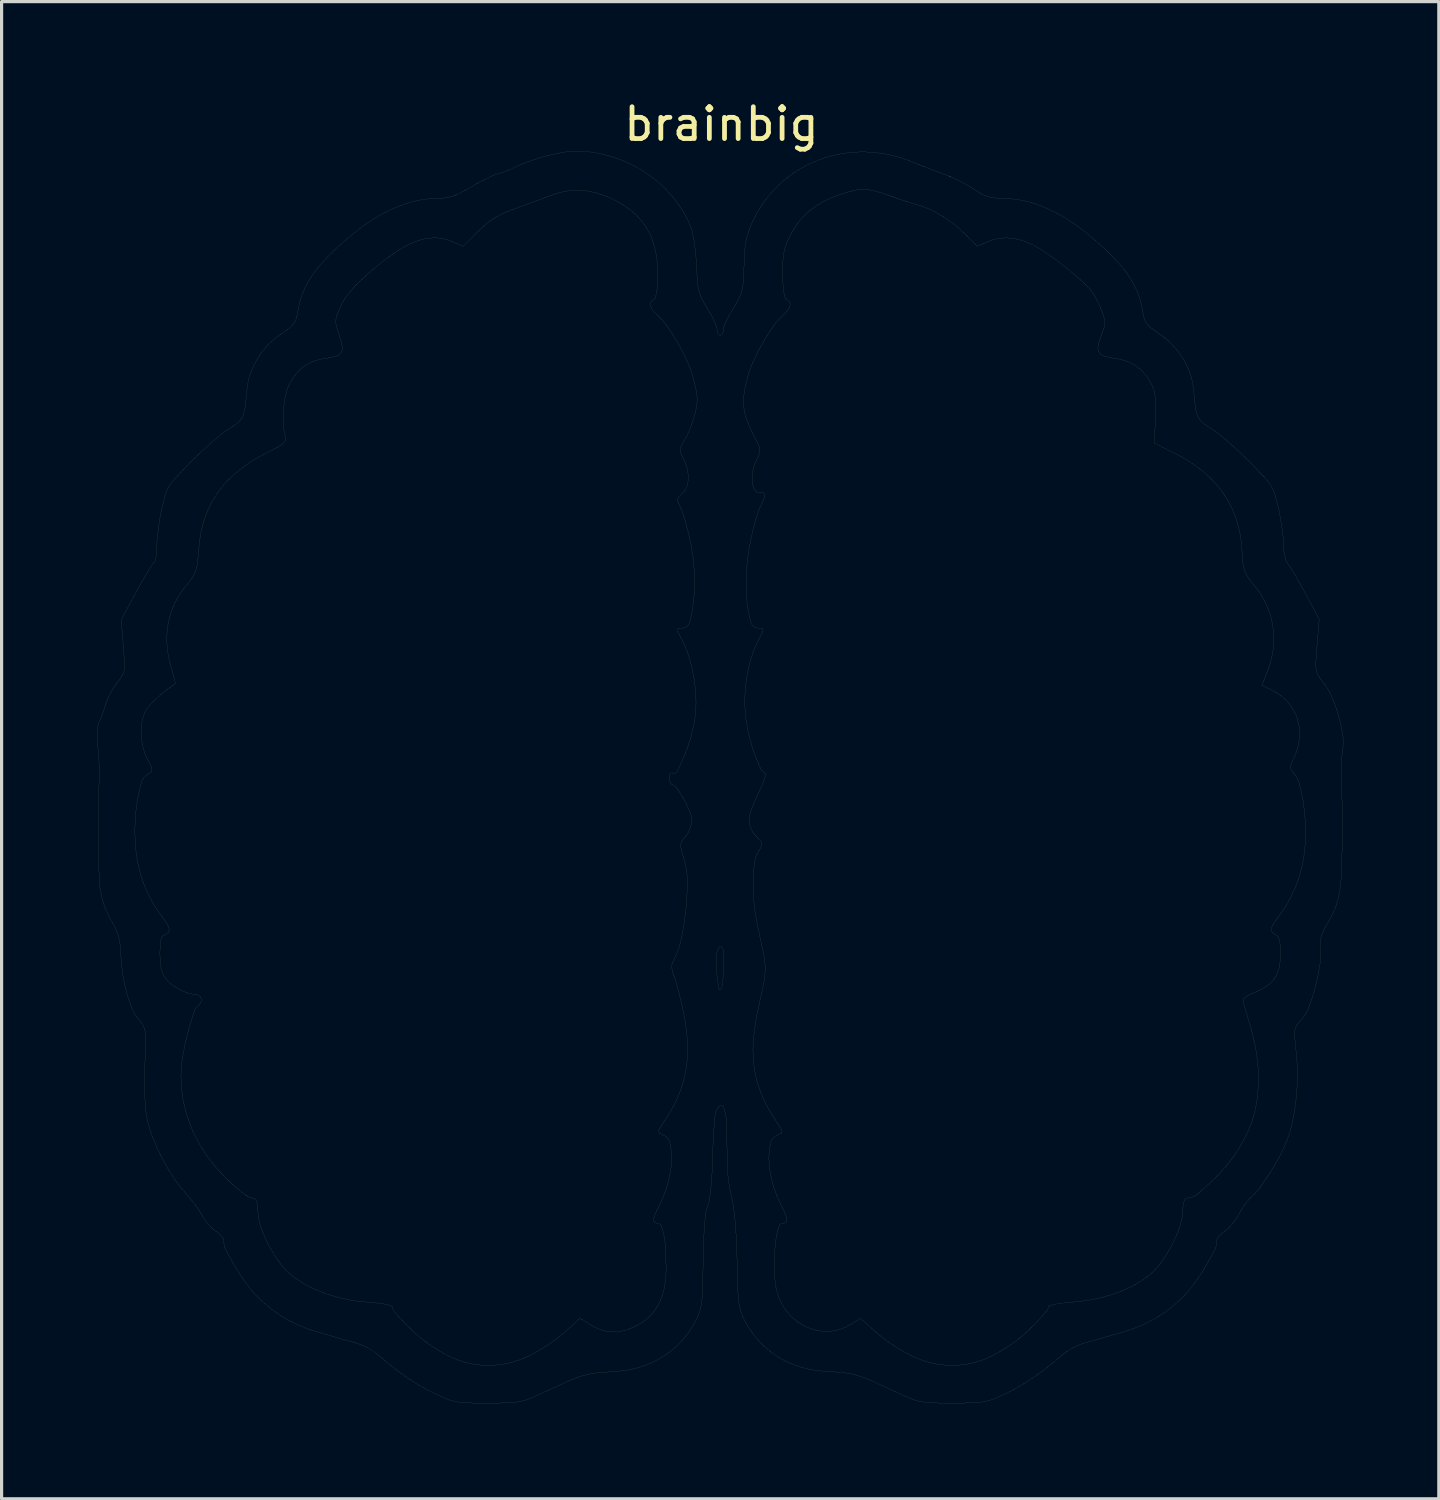
<source format=kicad_pcb>
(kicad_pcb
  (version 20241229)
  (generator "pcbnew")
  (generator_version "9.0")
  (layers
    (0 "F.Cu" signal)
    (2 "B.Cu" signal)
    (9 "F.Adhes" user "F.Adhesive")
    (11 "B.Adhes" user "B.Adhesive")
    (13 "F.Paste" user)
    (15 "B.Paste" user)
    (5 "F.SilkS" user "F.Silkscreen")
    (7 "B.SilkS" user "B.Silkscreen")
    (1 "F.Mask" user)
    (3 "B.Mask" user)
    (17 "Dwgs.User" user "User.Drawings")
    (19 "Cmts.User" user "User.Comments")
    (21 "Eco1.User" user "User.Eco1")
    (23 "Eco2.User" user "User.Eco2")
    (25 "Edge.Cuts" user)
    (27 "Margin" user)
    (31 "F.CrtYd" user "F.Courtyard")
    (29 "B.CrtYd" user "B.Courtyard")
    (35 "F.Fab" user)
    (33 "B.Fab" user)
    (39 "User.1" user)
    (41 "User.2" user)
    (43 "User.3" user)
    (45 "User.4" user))
  (footprint "brainbig"
    (layer "F.Cu")
    (at 19.615 0.348)
    (property "Reference" "brainbig" (at 0 0.5 0) (layer "F.SilkS") (effects (font (size 1 1) (thickness 0.15))))
    (attr through_hole)
    (fp_line (start -19.612 19.82) (end -19.593 20.048) (stroke (width 0.002) (type solid)) (layer "F.SilkS"))
    (fp_line (start -19.593 20.048) (end -19.569 20.287) (stroke (width 0.002) (type solid)) (layer "F.SilkS"))
    (fp_line (start -19.576 22.909) (end -19.562 23.9) (stroke (width 0.002) (type solid)) (layer "F.SilkS"))
    (fp_line (start -19.573 21.867) (end -19.576 22.909) (stroke (width 0.002) (type solid)) (layer "F.SilkS"))
    (fp_line (start -19.569 20.287) (end -19.553 20.56) (stroke (width 0.002) (type solid)) (layer "F.SilkS"))
    (fp_line (start -19.562 23.9) (end -19.527 24.451) (stroke (width 0.002) (type solid)) (layer "F.SilkS"))
    (fp_line (start -19.553 20.56) (end -19.545 20.825) (stroke (width 0.002) (type solid)) (layer "F.SilkS"))
    (fp_line (start -19.548 21.035) (end -19.573 21.867) (stroke (width 0.002) (type solid)) (layer "F.SilkS"))
    (fp_line (start -19.545 20.825) (end -19.548 21.035) (stroke (width 0.002) (type solid)) (layer "F.SilkS"))
    (fp_line (start -19.508 19.191) (end -19.555 19.298) (stroke (width 0.002) (type solid)) (layer "F.SilkS"))
    (fp_line (start -19.448 19.037) (end -19.508 19.191) (stroke (width 0.002) (type solid)) (layer "F.SilkS"))
    (fp_line (start -19.388 18.868) (end -19.448 19.037) (stroke (width 0.002) (type solid)) (layer "F.SilkS"))
    (fp_line (start -19.336 18.708) (end -19.388 18.868) (stroke (width 0.002) (type solid)) (layer "F.SilkS"))
    (fp_line (start -19.181 18.354) (end -19.274 18.542) (stroke (width 0.002) (type solid)) (layer "F.SilkS"))
    (fp_line (start -19.075 18.174) (end -19.181 18.354) (stroke (width 0.002) (type solid)) (layer "F.SilkS"))
    (fp_line (start -18.859 16.072) (end -18.789 16.903) (stroke (width 0.002) (type solid)) (layer "F.SilkS"))
    (fp_line (start -18.789 16.903) (end -18.753 17.419) (stroke (width 0.002) (type solid)) (layer "F.SilkS"))
    (fp_line (start -18.389 15.204) (end -18.859 16.072) (stroke (width 0.002) (type solid)) (layer "F.SilkS"))
    (fp_line (start -18.203 14.867) (end -18.389 15.204) (stroke (width 0.002) (type solid)) (layer "F.SilkS"))
    (fp_line (start -18.125 30.549) (end -18.117 31.029) (stroke (width 0.002) (type solid)) (layer "F.SilkS"))
    (fp_line (start -18.117 31.029) (end -18.091 31.445) (stroke (width 0.002) (type solid)) (layer "F.SilkS"))
    (fp_line (start -18.113 30.043) (end -18.125 30.549) (stroke (width 0.002) (type solid)) (layer "F.SilkS"))
    (fp_line (start -18.088 29.314) (end -18.113 30.043) (stroke (width 0.002) (type solid)) (layer "F.SilkS"))
    (fp_line (start -18.031 14.575) (end -18.203 14.867) (stroke (width 0.002) (type solid)) (layer "F.SilkS"))
    (fp_line (start -17.913 20.689) (end -18.038 20.436) (stroke (width 0.002) (type solid)) (layer "F.SilkS"))
    (fp_line (start -17.881 14.332) (end -18.031 14.575) (stroke (width 0.002) (type solid)) (layer "F.SilkS"))
    (fp_line (start -17.739 18.534) (end -17.46 18.296) (stroke (width 0.002) (type solid)) (layer "F.SilkS"))
    (fp_line (start -17.736 13.754) (end -17.744 13.938) (stroke (width 0.002) (type solid)) (layer "F.SilkS"))
    (fp_line (start -17.692 13.218) (end -17.725 13.526) (stroke (width 0.002) (type solid)) (layer "F.SilkS"))
    (fp_line (start -17.644 12.889) (end -17.692 13.218) (stroke (width 0.002) (type solid)) (layer "F.SilkS"))
    (fp_line (start -17.587 12.588) (end -17.644 12.889) (stroke (width 0.002) (type solid)) (layer "F.SilkS"))
    (fp_line (start -17.475 12.154) (end -17.587 12.588) (stroke (width 0.002) (type solid)) (layer "F.SilkS"))
    (fp_line (start -17.46 18.296) (end -17.163 18.085) (stroke (width 0.002) (type solid)) (layer "F.SilkS"))
    (fp_line (start -17.414 25.624) (end -17.594 25.368) (stroke (width 0.002) (type solid)) (layer "F.SilkS"))
    (fp_line (start -17.231 17.766) (end -17.287 17.577) (stroke (width 0.002) (type solid)) (layer "F.SilkS"))
    (fp_line (start -17.189 17.929) (end -17.231 17.766) (stroke (width 0.002) (type solid)) (layer "F.SilkS"))
    (fp_line (start -17.156 18.067) (end -17.189 17.929) (stroke (width 0.002) (type solid)) (layer "F.SilkS"))
    (fp_line (start -16.938 29.867) (end -16.838 29.329) (stroke (width 0.002) (type solid)) (layer "F.SilkS"))
    (fp_line (start -16.884 34.02) (end -16.713 34.221) (stroke (width 0.002) (type solid)) (layer "F.SilkS"))
    (fp_line (start -16.838 29.329) (end -16.696 28.788) (stroke (width 0.002) (type solid)) (layer "F.SilkS"))
    (fp_line (start -16.713 34.221) (end -16.543 34.44) (stroke (width 0.002) (type solid)) (layer "F.SilkS"))
    (fp_line (start -16.696 28.788) (end -16.544 28.318) (stroke (width 0.002) (type solid)) (layer "F.SilkS"))
    (fp_line (start -16.664 11.106) (end -17.138 11.601) (stroke (width 0.002) (type solid)) (layer "F.SilkS"))
    (fp_line (start -16.543 34.44) (end -16.397 34.645) (stroke (width 0.002) (type solid)) (layer "F.SilkS"))
    (fp_line (start -16.457 14.268) (end -16.418 13.825) (stroke (width 0.002) (type solid)) (layer "F.SilkS"))
    (fp_line (start -16.335 10.787) (end -16.664 11.106) (stroke (width 0.002) (type solid)) (layer "F.SilkS"))
    (fp_line (start -15.991 10.477) (end -16.335 10.787) (stroke (width 0.002) (type solid)) (layer "F.SilkS"))
    (fp_line (start -15.677 10.217) (end -15.991 10.477) (stroke (width 0.002) (type solid)) (layer "F.SilkS"))
    (fp_line (start -15.56 35.898) (end -15.251 36.447) (stroke (width 0.002) (type solid)) (layer "F.SilkS"))
    (fp_line (start -15.315 33.85) (end -15.571 33.61) (stroke (width 0.002) (type solid)) (layer "F.SilkS"))
    (fp_line (start -15.07 34.052) (end -15.315 33.85) (stroke (width 0.002) (type solid)) (layer "F.SilkS"))
    (fp_line (start -14.908 8.861) (end -14.965 9.413) (stroke (width 0.002) (type solid)) (layer "F.SilkS"))
    (fp_line (start -14.86 34.204) (end -15.07 34.052) (stroke (width 0.002) (type solid)) (layer "F.SilkS"))
    (fp_line (start -14.564 34.66) (end -14.58 34.444) (stroke (width 0.002) (type solid)) (layer "F.SilkS"))
    (fp_line (start -14.285 10.827) (end -13.924 10.641) (stroke (width 0.002) (type solid)) (layer "F.SilkS"))
    (fp_line (start -13.572 6.906) (end -13.824 7.085) (stroke (width 0.002) (type solid)) (layer "F.SilkS"))
    (fp_line (start -12.827 38.406) (end -11.988 38.65) (stroke (width 0.002) (type solid)) (layer "F.SilkS"))
    (fp_line (start -12.082 6.511) (end -11.966 6.225) (stroke (width 0.002) (type solid)) (layer "F.SilkS"))
    (fp_line (start -12.008 7.13) (end -12.097 6.852) (stroke (width 0.002) (type solid)) (layer "F.SilkS"))
    (fp_line (start -11.988 38.65) (end -11.463 38.798) (stroke (width 0.002) (type solid)) (layer "F.SilkS"))
    (fp_line (start -11.379 5.453) (end -11.05 5.152) (stroke (width 0.002) (type solid)) (layer "F.SilkS"))
    (fp_line (start -10.855 39.109) (end -10.489 39.414) (stroke (width 0.002) (type solid)) (layer "F.SilkS"))
    (fp_line (start -10.775 37.54) (end -11.113 37.509) (stroke (width 0.002) (type solid)) (layer "F.SilkS"))
    (fp_line (start -10.489 39.414) (end -10.205 39.645) (stroke (width 0.002) (type solid)) (layer "F.SilkS"))
    (fp_line (start -10.205 39.645) (end -9.846 39.9) (stroke (width 0.002) (type solid)) (layer "F.SilkS"))
    (fp_line (start -10.163 37.937) (end -10.313 37.756) (stroke (width 0.002) (type solid)) (layer "F.SilkS"))
    (fp_line (start -9.97 38.147) (end -10.163 37.937) (stroke (width 0.002) (type solid)) (layer "F.SilkS"))
    (fp_line (start -9.846 39.9) (end -9.473 40.137) (stroke (width 0.002) (type solid)) (layer "F.SilkS"))
    (fp_line (start -9.741 38.374) (end -9.97 38.147) (stroke (width 0.002) (type solid)) (layer "F.SilkS"))
    (fp_line (start -9.473 40.137) (end -9.144 40.317) (stroke (width 0.002) (type solid)) (layer "F.SilkS"))
    (fp_line (start -9.144 40.317) (end -8.668 40.536) (stroke (width 0.002) (type solid)) (layer "F.SilkS"))
    (fp_line (start -8.492 4.177) (end -8.114 4.335) (stroke (width 0.002) (type solid)) (layer "F.SilkS"))
    (fp_line (start -8.114 4.335) (end -7.707 3.928) (stroke (width 0.002) (type solid)) (layer "F.SilkS"))
    (fp_line (start -8.003 40.675) (end -7.343 40.684) (stroke (width 0.002) (type solid)) (layer "F.SilkS"))
    (fp_line (start -7.875 2.481) (end -8.186 2.654) (stroke (width 0.002) (type solid)) (layer "F.SilkS"))
    (fp_line (start -7.707 3.928) (end -7.389 3.635) (stroke (width 0.002) (type solid)) (layer "F.SilkS"))
    (fp_line (start -7.632 2.341) (end -7.875 2.481) (stroke (width 0.002) (type solid)) (layer "F.SilkS"))
    (fp_line (start -7.387 2.214) (end -7.632 2.341) (stroke (width 0.002) (type solid)) (layer "F.SilkS"))
    (fp_line (start -7.343 40.684) (end -6.681 40.673) (stroke (width 0.002) (type solid)) (layer "F.SilkS"))
    (fp_line (start -7.171 2.112) (end -7.387 2.214) (stroke (width 0.002) (type solid)) (layer "F.SilkS"))
    (fp_line (start -6.778 3.27) (end -6.288 3.081) (stroke (width 0.002) (type solid)) (layer "F.SilkS"))
    (fp_line (start -6.773 1.98) (end -6.921 2.033) (stroke (width 0.002) (type solid)) (layer "F.SilkS"))
    (fp_line (start -6.621 1.916) (end -6.773 1.98) (stroke (width 0.002) (type solid)) (layer "F.SilkS"))
    (fp_line (start -6.488 1.853) (end -6.621 1.916) (stroke (width 0.002) (type solid)) (layer "F.SilkS"))
    (fp_line (start -6.288 3.081) (end -6.06 3) (stroke (width 0.002) (type solid)) (layer "F.SilkS"))
    (fp_line (start -6.1 1.693) (end -6.332 1.782) (stroke (width 0.002) (type solid)) (layer "F.SilkS"))
    (fp_line (start -6.06 3) (end -5.788 2.901) (stroke (width 0.002) (type solid)) (layer "F.SilkS"))
    (fp_line (start -5.998 40.529) (end -5.488 40.299) (stroke (width 0.002) (type solid)) (layer "F.SilkS"))
    (fp_line (start -5.84 1.602) (end -6.1 1.693) (stroke (width 0.002) (type solid)) (layer "F.SilkS"))
    (fp_line (start -5.788 2.901) (end -5.516 2.802) (stroke (width 0.002) (type solid)) (layer "F.SilkS"))
    (fp_line (start -5.588 1.524) (end -5.84 1.602) (stroke (width 0.002) (type solid)) (layer "F.SilkS"))
    (fp_line (start -5.516 2.802) (end -5.288 2.718) (stroke (width 0.002) (type solid)) (layer "F.SilkS"))
    (fp_line (start -5.488 40.299) (end -4.787 39.976) (stroke (width 0.002) (type solid)) (layer "F.SilkS"))
    (fp_line (start -4.443 38.016) (end -4.837 38.372) (stroke (width 0.002) (type solid)) (layer "F.SilkS"))
    (fp_line (start -4.087 38.236) (end -4.443 38.016) (stroke (width 0.002) (type solid)) (layer "F.SilkS"))
    (fp_line (start -3.938 39.733) (end -3.38 39.688) (stroke (width 0.002) (type solid)) (layer "F.SilkS"))
    (fp_line (start -2 5.281) (end -2.013 5.567) (stroke (width 0.002) (type solid)) (layer "F.SilkS"))
    (fp_line (start -1.948 34.456) (end -2.086 34.745) (stroke (width 0.002) (type solid)) (layer "F.SilkS"))
    (fp_line (start -1.778 31.8) (end -1.938 32.043) (stroke (width 0.002) (type solid)) (layer "F.SilkS"))
    (fp_line (start -1.756 35.839) (end -1.739 36.439) (stroke (width 0.002) (type solid)) (layer "F.SilkS"))
    (fp_line (start -1.426 27.449) (end -1.346 27.744) (stroke (width 0.002) (type solid)) (layer "F.SilkS"))
    (fp_line (start -1.362 16.469) (end -1.234 16.72) (stroke (width 0.002) (type solid)) (layer "F.SilkS"))
    (fp_line (start -1.346 27.744) (end -1.262 28.086) (stroke (width 0.002) (type solid)) (layer "F.SilkS"))
    (fp_line (start -1.266 23.28) (end -1.177 23.588) (stroke (width 0.002) (type solid)) (layer "F.SilkS"))
    (fp_line (start -1.262 28.086) (end -1.187 28.434) (stroke (width 0.002) (type solid)) (layer "F.SilkS"))
    (fp_line (start -1.233 12.672) (end -1.153 12.921) (stroke (width 0.002) (type solid)) (layer "F.SilkS"))
    (fp_line (start -1.176 20.37) (end -1.398 20.849) (stroke (width 0.002) (type solid)) (layer "F.SilkS"))
    (fp_line (start -1.153 12.921) (end -1.072 13.211) (stroke (width 0.002) (type solid)) (layer "F.SilkS"))
    (fp_line (start -1.151 10.405) (end -1.261 10.602) (stroke (width 0.002) (type solid)) (layer "F.SilkS"))
    (fp_line (start -1.072 13.211) (end -1 13.505) (stroke (width 0.002) (type solid)) (layer "F.SilkS"))
    (fp_line (start -0.976 10.038) (end -1.066 10.249) (stroke (width 0.002) (type solid)) (layer "F.SilkS"))
    (fp_line (start -0.893 9.812) (end -0.976 10.038) (stroke (width 0.002) (type solid)) (layer "F.SilkS"))
    (fp_line (start -0.887 8.477) (end -0.798 8.842) (stroke (width 0.002) (type solid)) (layer "F.SilkS"))
    (fp_line (start -0.851 4.222) (end -0.908 3.912) (stroke (width 0.002) (type solid)) (layer "F.SilkS"))
    (fp_line (start -0.832 9.605) (end -0.893 9.812) (stroke (width 0.002) (type solid)) (layer "F.SilkS"))
    (fp_line (start -0.808 4.579) (end -0.851 4.222) (stroke (width 0.002) (type solid)) (layer "F.SilkS"))
    (fp_line (start -0.785 4.943) (end -0.808 4.579) (stroke (width 0.002) (type solid)) (layer "F.SilkS"))
    (fp_line (start -0.758 5.439) (end -0.785 4.943) (stroke (width 0.002) (type solid)) (layer "F.SilkS"))
    (fp_line (start -0.59 37.076) (end -0.576 36.235) (stroke (width 0.002) (type solid)) (layer "F.SilkS"))
    (fp_line (start -0.576 36.235) (end -0.562 35.591) (stroke (width 0.002) (type solid)) (layer "F.SilkS"))
    (fp_line (start -0.562 35.591) (end -0.533 35.081) (stroke (width 0.002) (type solid)) (layer "F.SilkS"))
    (fp_line (start -0.533 35.081) (end -0.491 34.693) (stroke (width 0.002) (type solid)) (layer "F.SilkS"))
    (fp_line (start -0.38 34.299) (end -0.334 33.945) (stroke (width 0.002) (type solid)) (layer "F.SilkS"))
    (fp_line (start -0.334 33.945) (end -0.299 33.513) (stroke (width 0.002) (type solid)) (layer "F.SilkS"))
    (fp_line (start -0.329 6.487) (end -0.447 6.287) (stroke (width 0.002) (type solid)) (layer "F.SilkS"))
    (fp_line (start -0.299 33.513) (end -0.28 33.035) (stroke (width 0.002) (type solid)) (layer "F.SilkS"))
    (fp_line (start -0.28 33.035) (end -0.266 32.571) (stroke (width 0.002) (type solid)) (layer "F.SilkS"))
    (fp_line (start -0.266 32.571) (end -0.242 32.128) (stroke (width 0.002) (type solid)) (layer "F.SilkS"))
    (fp_line (start -0.242 32.128) (end -0.214 31.752) (stroke (width 0.002) (type solid)) (layer "F.SilkS"))
    (fp_line (start -0.229 6.684) (end -0.329 6.487) (stroke (width 0.002) (type solid)) (layer "F.SilkS"))
    (fp_line (start -0.156 6.856) (end -0.229 6.684) (stroke (width 0.002) (type solid)) (layer "F.SilkS"))
    (fp_line (start -0.136 27.29) (end -0.169 26.861) (stroke (width 0.002) (type solid)) (layer "F.SilkS"))
    (fp_line (start -0.08 27.673) (end -0.136 27.29) (stroke (width 0.002) (type solid)) (layer "F.SilkS"))
    (fp_line (start 0.056 27.252) (end 0.023 27.563) (stroke (width 0.002) (type solid)) (layer "F.SilkS"))
    (fp_line (start 0.072 26.56) (end 0.075 26.899) (stroke (width 0.002) (type solid)) (layer "F.SilkS"))
    (fp_line (start 0.075 26.899) (end 0.056 27.252) (stroke (width 0.002) (type solid)) (layer "F.SilkS"))
    (fp_line (start 0.154 6.682) (end 0.081 6.856) (stroke (width 0.002) (type solid)) (layer "F.SilkS"))
    (fp_line (start 0.164 31.92) (end 0.175 32.735) (stroke (width 0.002) (type solid)) (layer "F.SilkS"))
    (fp_line (start 0.175 32.735) (end 0.178 33.124) (stroke (width 0.002) (type solid)) (layer "F.SilkS"))
    (fp_line (start 0.178 33.124) (end 0.203 33.517) (stroke (width 0.002) (type solid)) (layer "F.SilkS"))
    (fp_line (start 0.203 33.517) (end 0.249 33.882) (stroke (width 0.002) (type solid)) (layer "F.SilkS"))
    (fp_line (start 0.256 6.482) (end 0.154 6.682) (stroke (width 0.002) (type solid)) (layer "F.SilkS"))
    (fp_line (start 0.376 6.28) (end 0.256 6.482) (stroke (width 0.002) (type solid)) (layer "F.SilkS"))
    (fp_line (start 0.381 34.531) (end 0.434 35.006) (stroke (width 0.002) (type solid)) (layer "F.SilkS"))
    (fp_line (start 0.434 35.006) (end 0.471 35.578) (stroke (width 0.002) (type solid)) (layer "F.SilkS"))
    (fp_line (start 0.471 35.578) (end 0.491 36.235) (stroke (width 0.002) (type solid)) (layer "F.SilkS"))
    (fp_line (start 0.491 36.235) (end 0.51 37.069) (stroke (width 0.002) (type solid)) (layer "F.SilkS"))
    (fp_line (start 0.71 4.935) (end 0.688 5.434) (stroke (width 0.002) (type solid)) (layer "F.SilkS"))
    (fp_line (start 0.732 4.474) (end 0.71 4.935) (stroke (width 0.002) (type solid)) (layer "F.SilkS"))
    (fp_line (start 0.92 13.56) (end 0.991 13.246) (stroke (width 0.002) (type solid)) (layer "F.SilkS"))
    (fp_line (start 0.991 13.246) (end 1.074 12.938) (stroke (width 0.002) (type solid)) (layer "F.SilkS"))
    (fp_line (start 1.074 12.938) (end 1.156 12.673) (stroke (width 0.002) (type solid)) (layer "F.SilkS"))
    (fp_line (start 1.156 21.532) (end 1.263 21.301) (stroke (width 0.002) (type solid)) (layer "F.SilkS"))
    (fp_line (start 1.157 10.565) (end 1.015 10.281) (stroke (width 0.002) (type solid)) (layer "F.SilkS"))
    (fp_line (start 1.158 16.72) (end 1.286 16.469) (stroke (width 0.002) (type solid)) (layer "F.SilkS"))
    (fp_line (start 1.167 28.235) (end 1.331 27.477) (stroke (width 0.002) (type solid)) (layer "F.SilkS"))
    (fp_line (start 1.214 20.715) (end 1.034 20.271) (stroke (width 0.002) (type solid)) (layer "F.SilkS"))
    (fp_line (start 1.331 26.608) (end 1.167 25.835) (stroke (width 0.002) (type solid)) (layer "F.SilkS"))
    (fp_line (start 1.339 21.099) (end 1.387 20.936) (stroke (width 0.002) (type solid)) (layer "F.SilkS"))
    (fp_line (start 1.663 36.439) (end 1.68 35.839) (stroke (width 0.002) (type solid)) (layer "F.SilkS"))
    (fp_line (start 1.675 36.772) (end 1.663 36.439) (stroke (width 0.002) (type solid)) (layer "F.SilkS"))
    (fp_line (start 1.862 32.043) (end 1.702 31.8) (stroke (width 0.002) (type solid)) (layer "F.SilkS"))
    (fp_line (start 1.923 5.231) (end 1.928 4.824) (stroke (width 0.002) (type solid)) (layer "F.SilkS"))
    (fp_line (start 1.934 5.544) (end 1.923 5.231) (stroke (width 0.002) (type solid)) (layer "F.SilkS"))
    (fp_line (start 2.01 34.745) (end 1.872 34.456) (stroke (width 0.002) (type solid)) (layer "F.SilkS"))
    (fp_line (start 3.302 39.682) (end 3.851 39.725) (stroke (width 0.002) (type solid)) (layer "F.SilkS"))
    (fp_line (start 4.367 38.016) (end 4.027 38.226) (stroke (width 0.002) (type solid)) (layer "F.SilkS"))
    (fp_line (start 4.696 39.968) (end 5.412 40.3) (stroke (width 0.002) (type solid)) (layer "F.SilkS"))
    (fp_line (start 4.761 38.372) (end 4.367 38.016) (stroke (width 0.002) (type solid)) (layer "F.SilkS"))
    (fp_line (start 5.262 2.744) (end 5.495 2.827) (stroke (width 0.002) (type solid)) (layer "F.SilkS"))
    (fp_line (start 5.412 40.3) (end 5.923 40.531) (stroke (width 0.002) (type solid)) (layer "F.SilkS"))
    (fp_line (start 5.495 2.827) (end 5.739 2.909) (stroke (width 0.002) (type solid)) (layer "F.SilkS"))
    (fp_line (start 5.739 2.909) (end 5.96 2.981) (stroke (width 0.002) (type solid)) (layer "F.SilkS"))
    (fp_line (start 5.96 2.981) (end 6.112 3.025) (stroke (width 0.002) (type solid)) (layer "F.SilkS"))
    (fp_line (start 6.264 1.798) (end 5.995 1.689) (stroke (width 0.002) (type solid)) (layer "F.SilkS"))
    (fp_line (start 6.563 1.915) (end 6.264 1.798) (stroke (width 0.002) (type solid)) (layer "F.SilkS"))
    (fp_line (start 6.604 40.674) (end 7.271 40.684) (stroke (width 0.002) (type solid)) (layer "F.SilkS"))
    (fp_line (start 6.846 2.023) (end 6.563 1.915) (stroke (width 0.002) (type solid)) (layer "F.SilkS"))
    (fp_line (start 7.062 2.102) (end 6.846 2.023) (stroke (width 0.002) (type solid)) (layer "F.SilkS"))
    (fp_line (start 7.265 2.183) (end 7.062 2.102) (stroke (width 0.002) (type solid)) (layer "F.SilkS"))
    (fp_line (start 7.271 40.684) (end 7.933 40.672) (stroke (width 0.002) (type solid)) (layer "F.SilkS"))
    (fp_line (start 7.503 2.298) (end 7.265 2.183) (stroke (width 0.002) (type solid)) (layer "F.SilkS"))
    (fp_line (start 7.622 3.928) (end 8.033 4.337) (stroke (width 0.002) (type solid)) (layer "F.SilkS"))
    (fp_line (start 7.737 2.426) (end 7.503 2.298) (stroke (width 0.002) (type solid)) (layer "F.SilkS"))
    (fp_line (start 7.93 2.548) (end 7.737 2.426) (stroke (width 0.002) (type solid)) (layer "F.SilkS"))
    (fp_line (start 8.033 4.337) (end 8.413 4.178) (stroke (width 0.002) (type solid)) (layer "F.SilkS"))
    (fp_line (start 8.598 40.532) (end 9.071 40.312) (stroke (width 0.002) (type solid)) (layer "F.SilkS"))
    (fp_line (start 9.071 40.312) (end 9.398 40.132) (stroke (width 0.002) (type solid)) (layer "F.SilkS"))
    (fp_line (start 9.398 40.132) (end 9.77 39.895) (stroke (width 0.002) (type solid)) (layer "F.SilkS"))
    (fp_line (start 9.77 39.895) (end 10.129 39.641) (stroke (width 0.002) (type solid)) (layer "F.SilkS"))
    (fp_line (start 9.894 38.147) (end 9.665 38.374) (stroke (width 0.002) (type solid)) (layer "F.SilkS"))
    (fp_line (start 10.087 37.937) (end 9.894 38.147) (stroke (width 0.002) (type solid)) (layer "F.SilkS"))
    (fp_line (start 10.129 39.641) (end 10.412 39.411) (stroke (width 0.002) (type solid)) (layer "F.SilkS"))
    (fp_line (start 10.237 37.756) (end 10.087 37.937) (stroke (width 0.002) (type solid)) (layer "F.SilkS"))
    (fp_line (start 10.412 39.411) (end 10.778 39.109) (stroke (width 0.002) (type solid)) (layer "F.SilkS"))
    (fp_line (start 10.812 5) (end 11.303 5.414) (stroke (width 0.002) (type solid)) (layer "F.SilkS"))
    (fp_line (start 11.047 37.504) (end 10.706 37.538) (stroke (width 0.002) (type solid)) (layer "F.SilkS"))
    (fp_line (start 11.388 38.798) (end 11.912 38.65) (stroke (width 0.002) (type solid)) (layer "F.SilkS"))
    (fp_line (start 11.912 38.65) (end 12.751 38.406) (stroke (width 0.002) (type solid)) (layer "F.SilkS"))
    (fp_line (start 11.924 6.312) (end 12.015 6.573) (stroke (width 0.002) (type solid)) (layer "F.SilkS"))
    (fp_line (start 12.016 6.9) (end 11.928 7.154) (stroke (width 0.002) (type solid)) (layer "F.SilkS"))
    (fp_line (start 13.596 10.524) (end 14.228 10.836) (stroke (width 0.002) (type solid)) (layer "F.SilkS"))
    (fp_line (start 13.635 9.755) (end 13.596 10.524) (stroke (width 0.002) (type solid)) (layer "F.SilkS"))
    (fp_line (start 13.646 9.353) (end 13.635 9.755) (stroke (width 0.002) (type solid)) (layer "F.SilkS"))
    (fp_line (start 13.748 7.085) (end 13.496 6.906) (stroke (width 0.002) (type solid)) (layer "F.SilkS"))
    (fp_line (start 14.503 34.459) (end 14.488 34.66) (stroke (width 0.002) (type solid)) (layer "F.SilkS"))
    (fp_line (start 14.889 9.413) (end 14.832 8.861) (stroke (width 0.002) (type solid)) (layer "F.SilkS"))
    (fp_line (start 15.175 36.447) (end 15.484 35.898) (stroke (width 0.002) (type solid)) (layer "F.SilkS"))
    (fp_line (start 15.364 33.751) (end 14.911 34.145) (stroke (width 0.002) (type solid)) (layer "F.SilkS"))
    (fp_line (start 15.914 10.476) (end 15.601 10.216) (stroke (width 0.002) (type solid)) (layer "F.SilkS"))
    (fp_line (start 16.257 10.785) (end 15.914 10.476) (stroke (width 0.002) (type solid)) (layer "F.SilkS"))
    (fp_line (start 16.344 34.593) (end 16.453 34.432) (stroke (width 0.002) (type solid)) (layer "F.SilkS"))
    (fp_line (start 16.347 13.834) (end 16.381 14.273) (stroke (width 0.002) (type solid)) (layer "F.SilkS"))
    (fp_line (start 16.397 28.114) (end 16.617 28.838) (stroke (width 0.002) (type solid)) (layer "F.SilkS"))
    (fp_line (start 16.453 34.432) (end 16.567 34.287) (stroke (width 0.002) (type solid)) (layer "F.SilkS"))
    (fp_line (start 16.584 11.103) (end 16.257 10.785) (stroke (width 0.002) (type solid)) (layer "F.SilkS"))
    (fp_line (start 16.617 28.838) (end 16.76 29.425) (stroke (width 0.002) (type solid)) (layer "F.SilkS"))
    (fp_line (start 16.753 27.777) (end 16.553 27.866) (stroke (width 0.002) (type solid)) (layer "F.SilkS"))
    (fp_line (start 16.926 33.9) (end 17.242 33.435) (stroke (width 0.002) (type solid)) (layer "F.SilkS"))
    (fp_line (start 16.984 18.127) (end 17.348 18.315) (stroke (width 0.002) (type solid)) (layer "F.SilkS"))
    (fp_line (start 17.062 11.603) (end 16.584 11.103) (stroke (width 0.002) (type solid)) (layer "F.SilkS"))
    (fp_line (start 17.173 17.63) (end 16.984 18.127) (stroke (width 0.002) (type solid)) (layer "F.SilkS"))
    (fp_line (start 17.242 33.435) (end 17.541 32.917) (stroke (width 0.002) (type solid)) (layer "F.SilkS"))
    (fp_line (start 17.509 12.617) (end 17.394 12.158) (stroke (width 0.002) (type solid)) (layer "F.SilkS"))
    (fp_line (start 17.518 25.368) (end 17.338 25.624) (stroke (width 0.002) (type solid)) (layer "F.SilkS"))
    (fp_line (start 17.554 26.313) (end 17.562 26.569) (stroke (width 0.002) (type solid)) (layer "F.SilkS"))
    (fp_line (start 17.567 12.927) (end 17.509 12.617) (stroke (width 0.002) (type solid)) (layer "F.SilkS"))
    (fp_line (start 17.617 13.254) (end 17.567 12.927) (stroke (width 0.002) (type solid)) (layer "F.SilkS"))
    (fp_line (start 17.652 13.552) (end 17.617 13.254) (stroke (width 0.002) (type solid)) (layer "F.SilkS"))
    (fp_line (start 17.995 20.38) (end 17.902 20.59) (stroke (width 0.002) (type solid)) (layer "F.SilkS"))
    (fp_line (start 18.021 14.67) (end 17.876 14.43) (stroke (width 0.002) (type solid)) (layer "F.SilkS"))
    (fp_line (start 18.054 29.669) (end 18.006 29.178) (stroke (width 0.002) (type solid)) (layer "F.SilkS"))
    (fp_line (start 18.187 14.959) (end 18.021 14.67) (stroke (width 0.002) (type solid)) (layer "F.SilkS"))
    (fp_line (start 18.358 15.271) (end 18.187 14.959) (stroke (width 0.002) (type solid)) (layer "F.SilkS"))
    (fp_line (start 18.672 17.414) (end 18.709 16.893) (stroke (width 0.002) (type solid)) (layer "F.SilkS"))
    (fp_line (start 18.709 16.893) (end 18.778 16.057) (stroke (width 0.002) (type solid)) (layer "F.SilkS"))
    (fp_line (start 18.778 16.057) (end 18.358 15.271) (stroke (width 0.002) (type solid)) (layer "F.SilkS"))
    (fp_line (start 18.927 25.806) (end 19.071 25.551) (stroke (width 0.002) (type solid)) (layer "F.SilkS"))
    (fp_line (start 19.467 20.862) (end 19.474 20.605) (stroke (width 0.002) (type solid)) (layer "F.SilkS"))
    (fp_line (start 19.472 21.085) (end 19.467 20.862) (stroke (width 0.002) (type solid)) (layer "F.SilkS"))
    (fp_line (start 19.474 20.605) (end 19.49 20.354) (stroke (width 0.002) (type solid)) (layer "F.SilkS"))
    (fp_line (start 19.483 23.906) (end 19.503 22.948) (stroke (width 0.002) (type solid)) (layer "F.SilkS"))
    (fp_line (start 19.49 20.354) (end 19.515 20.152) (stroke (width 0.002) (type solid)) (layer "F.SilkS"))
    (fp_line (start 19.501 21.93) (end 19.472 21.085) (stroke (width 0.002) (type solid)) (layer "F.SilkS"))
    (fp_line (start 19.503 22.948) (end 19.501 21.93) (stroke (width 0.002) (type solid)) (layer "F.SilkS"))
    (fp_arc (start -19.611802 19.8203) (mid -19.613924 19.711599) (end -19.611008 19.602916) (stroke (width 0.002) (type solid)) (layer "F.SilkS"))
    (fp_arc (start -19.611009 19.602916) (mid -19.604074 19.510277) (end -19.592566 19.418094) (stroke (width 0.002) (type solid)) (layer "F.SilkS"))
    (fp_arc (start -19.592566 19.418093) (mid -19.57855 19.356791) (end -19.55543 19.298312) (stroke (width 0.002) (type solid)) (layer "F.SilkS"))
    (fp_arc (start -19.482865 24.72348) (mid -19.508626 24.587983) (end -19.526785 24.45126) (stroke (width 0.002) (type solid)) (layer "F.SilkS"))
    (fp_arc (start -19.408127 24.995936) (mid -19.449033 24.860678) (end -19.482864 24.72348) (stroke (width 0.002) (type solid)) (layer "F.SilkS"))
    (fp_arc (start -19.336374 18.707797) (mid -19.307767 18.623734) (end -19.27401 18.541604) (stroke (width 0.002) (type solid)) (layer "F.SilkS"))
    (fp_arc (start -19.305764 25.258531) (mid -19.360363 25.128566) (end -19.408127 24.995936) (stroke (width 0.002) (type solid)) (layer "F.SilkS"))
    (fp_arc (start -19.179234 25.50126) (mid -19.245946 25.381693) (end -19.305764 25.258531) (stroke (width 0.002) (type solid)) (layer "F.SilkS"))
    (fp_arc (start -19.179234 25.50126) (mid -19.105558 25.632395) (end -19.038645 25.767106) (stroke (width 0.002) (type solid)) (layer "F.SilkS"))
    (fp_arc (start -19.074751 18.173972) (mid -19.024837 18.101681) (end -18.970438 18.032702) (stroke (width 0.002) (type solid)) (layer "F.SilkS"))
    (fp_arc (start -19.038645 25.767106) (mid -18.988514 25.886938) (end -18.947961 26.01034) (stroke (width 0.002) (type solid)) (layer "F.SilkS"))
    (fp_arc (start -18.947962 26.01034) (mid -18.916469 26.139083) (end -18.894906 26.269857) (stroke (width 0.002) (type solid)) (layer "F.SilkS"))
    (fp_arc (start -18.894906 26.269858) (mid -18.878618 26.42777) (end -18.869415 26.586252) (stroke (width 0.002) (type solid)) (layer "F.SilkS"))
    (fp_arc (start -18.828574 17.83256) (mid -18.895356 17.935572) (end -18.970438 18.032702) (stroke (width 0.002) (type solid)) (layer "F.SilkS"))
    (fp_arc (start -18.811307 27.199007) (mid -18.849392 26.893486) (end -18.869415 26.586252) (stroke (width 0.002) (type solid)) (layer "F.SilkS"))
    (fp_arc (start -18.765819 17.658681) (mid -18.789028 17.748569) (end -18.828574 17.83256) (stroke (width 0.002) (type solid)) (layer "F.SilkS"))
    (fp_arc (start -18.753456 17.419315) (mid -18.753204 17.53933) (end -18.765818 17.658681) (stroke (width 0.002) (type solid)) (layer "F.SilkS"))
    (fp_arc (start -18.681515 27.801401) (mid -18.755258 27.50211) (end -18.811307 27.199007) (stroke (width 0.002) (type solid)) (layer "F.SilkS"))
    (fp_arc (start -18.504544 28.31367) (mid -18.600932 28.060265) (end -18.681515 27.801401) (stroke (width 0.002) (type solid)) (layer "F.SilkS"))
    (fp_arc (start -18.419626 22.414665) (mid -18.392527 22.064857) (end -18.343311 21.71747) (stroke (width 0.002) (type solid)) (layer "F.SilkS"))
    (fp_arc (start -18.41133 23.141409) (mid -18.42584 22.778156) (end -18.419626 22.414666) (stroke (width 0.002) (type solid)) (layer "F.SilkS"))
    (fp_arc (start -18.343311 21.717471) (mid -18.284559 21.432252) (end -18.208417 21.151175) (stroke (width 0.002) (type solid)) (layer "F.SilkS"))
    (fp_arc (start -18.327141 23.751388) (mid -18.379719 23.447845) (end -18.41133 23.141409) (stroke (width 0.002) (type solid)) (layer "F.SilkS"))
    (fp_arc (start -18.301896 28.629312) (mid -18.228795 28.718966) (end -18.167566 28.817112) (stroke (width 0.002) (type solid)) (layer "F.SilkS"))
    (fp_arc (start -18.301896 28.629313) (mid -18.417179 28.480453) (end -18.504544 28.31367) (stroke (width 0.002) (type solid)) (layer "F.SilkS"))
    (fp_arc (start -18.230107 19.66559) (mid -18.22723 19.468991) (end -18.203852 19.273765) (stroke (width 0.002) (type solid)) (layer "F.SilkS"))
    (fp_arc (start -18.208416 21.151174) (mid -18.139258 21.021916) (end -18.025957 20.928892) (stroke (width 0.002) (type solid)) (layer "F.SilkS"))
    (fp_arc (start -18.203852 19.273765) (mid -18.161398 19.106039) (end -18.093895 18.946736) (stroke (width 0.002) (type solid)) (layer "F.SilkS"))
    (fp_arc (start -18.173627 20.07018) (mid -18.212097 19.869314) (end -18.230107 19.665591) (stroke (width 0.002) (type solid)) (layer "F.SilkS"))
    (fp_arc (start -18.167567 28.817111) (mid -18.12728 28.91131) (end -18.104611 29.011223) (stroke (width 0.002) (type solid)) (layer "F.SilkS"))
    (fp_arc (start -18.161019 24.331764) (mid -18.254662 24.044605) (end -18.32714 23.751388) (stroke (width 0.002) (type solid)) (layer "F.SilkS"))
    (fp_arc (start -18.104611 29.011223) (mid -18.09052 29.16247) (end -18.088468 29.314358) (stroke (width 0.002) (type solid)) (layer "F.SilkS"))
    (fp_arc (start -18.093894 18.946737) (mid -18.036442 18.851313) (end -17.96716 18.764099) (stroke (width 0.002) (type solid)) (layer "F.SilkS"))
    (fp_arc (start -18.046967 31.73709) (mid -18.073415 31.591633) (end -18.090682 31.444802) (stroke (width 0.002) (type solid)) (layer "F.SilkS"))
    (fp_arc (start -18.037814 20.435703) (mid -18.116332 20.256884) (end -18.173627 20.07018) (stroke (width 0.002) (type solid)) (layer "F.SilkS"))
    (fp_arc (start -17.96716 18.764098) (mid -17.855761 18.646414) (end -17.739302 18.533735) (stroke (width 0.002) (type solid)) (layer "F.SilkS"))
    (fp_arc (start -17.920209 20.856889) (mid -17.971166 20.895706) (end -18.025957 20.928892) (stroke (width 0.002) (type solid)) (layer "F.SilkS"))
    (fp_arc (start -17.915363 24.87349) (mid -18.048225 24.607178) (end -18.161019 24.331765) (stroke (width 0.002) (type solid)) (layer "F.SilkS"))
    (fp_arc (start -17.913392 20.689182) (mid -17.896363 20.737838) (end -17.88977 20.788964) (stroke (width 0.002) (type solid)) (layer "F.SilkS"))
    (fp_arc (start -17.88977 20.788964) (mid -17.8973 20.826373) (end -17.920209 20.85689) (stroke (width 0.002) (type solid)) (layer "F.SilkS"))
    (fp_arc (start -17.881399 14.331707) (mid -17.858249 14.302803) (end -17.829166 14.279878) (stroke (width 0.002) (type solid)) (layer "F.SilkS"))
    (fp_arc (start -17.875374 32.313527) (mid -17.972426 32.028659) (end -18.046967 31.737089) (stroke (width 0.002) (type solid)) (layer "F.SilkS"))
    (fp_arc (start -17.793484 14.232186) (mid -17.806802 14.259416) (end -17.829166 14.279878) (stroke (width 0.002) (type solid)) (layer "F.SilkS"))
    (fp_arc (start -17.76427 14.102287) (mid -17.777376 14.167574) (end -17.793484 14.232185) (stroke (width 0.002) (type solid)) (layer "F.SilkS"))
    (fp_arc (start -17.74358 13.938214) (mid -17.751892 14.020507) (end -17.76427 14.102287) (stroke (width 0.002) (type solid)) (layer "F.SilkS"))
    (fp_arc (start -17.736264 13.754436) (mid -17.733338 13.640068) (end -17.725414 13.525938) (stroke (width 0.002) (type solid)) (layer "F.SilkS"))
    (fp_arc (start -17.641573 26.56025) (mid -17.634603 26.342942) (end -17.611765 26.126726) (stroke (width 0.002) (type solid)) (layer "F.SilkS"))
    (fp_arc (start -17.611765 26.126725) (mid -17.570999 26.032276) (end -17.488 25.9715) (stroke (width 0.002) (type solid)) (layer "F.SilkS"))
    (fp_arc (start -17.602821 27.017679) (mid -17.631351 26.78974) (end -17.641574 26.56025) (stroke (width 0.002) (type solid)) (layer "F.SilkS"))
    (fp_arc (start -17.594402 32.94395) (mid -17.743064 32.632383) (end -17.875373 32.313528) (stroke (width 0.002) (type solid)) (layer "F.SilkS"))
    (fp_arc (start -17.594198 25.368323) (mid -17.764175 25.127004) (end -17.915363 24.87349) (stroke (width 0.002) (type solid)) (layer "F.SilkS"))
    (fp_arc (start -17.48193 27.313658) (mid -17.558963 27.172444) (end -17.60282 27.017679) (stroke (width 0.002) (type solid)) (layer "F.SilkS"))
    (fp_arc (start -17.475322 12.154254) (mid -17.421862 12.012263) (end -17.350267 11.878495) (stroke (width 0.002) (type solid)) (layer "F.SilkS"))
    (fp_arc (start -17.418446 16.866164) (mid -17.421032 16.521631) (end -17.379302 16.179624) (stroke (width 0.002) (type solid)) (layer "F.SilkS"))
    (fp_arc (start -17.414279 25.624115) (mid -17.374869 25.70087) (end -17.351497 25.783926) (stroke (width 0.002) (type solid)) (layer "F.SilkS"))
    (fp_arc (start -17.379386 25.892356) (mid -17.428453 25.939119) (end -17.488 25.9715) (stroke (width 0.002) (type solid)) (layer "F.SilkS"))
    (fp_arc (start -17.379302 16.179624) (mid -17.295281 15.853451) (end -17.168913 15.541234) (stroke (width 0.002) (type solid)) (layer "F.SilkS"))
    (fp_arc (start -17.351497 25.783926) (mid -17.353715 25.841157) (end -17.379386 25.892356) (stroke (width 0.002) (type solid)) (layer "F.SilkS"))
    (fp_arc (start -17.350268 11.878494) (mid -17.250785 11.734639) (end -17.137985 11.60097) (stroke (width 0.002) (type solid)) (layer "F.SilkS"))
    (fp_arc (start -17.305629 27.502193) (mid -17.40043 27.414144) (end -17.48193 27.313658) (stroke (width 0.002) (type solid)) (layer "F.SilkS"))
    (fp_arc (start -17.286739 17.576825) (mid -17.372384 17.225162) (end -17.418446 16.866163) (stroke (width 0.002) (type solid)) (layer "F.SilkS"))
    (fp_arc (start -17.249585 33.542022) (mid -17.42975 33.247458) (end -17.594402 32.94395) (stroke (width 0.002) (type solid)) (layer "F.SilkS"))
    (fp_arc (start -17.168913 15.541233) (mid -17.001153 15.244692) (end -16.796907 14.971996) (stroke (width 0.002) (type solid)) (layer "F.SilkS"))
    (fp_arc (start -17.155872 18.067451) (mid -17.156633 18.07715) (end -17.162821 18.084656) (stroke (width 0.002) (type solid)) (layer "F.SilkS"))
    (fp_arc (start -17.051795 27.673103) (mid -17.182366 27.593075) (end -17.305629 27.502193) (stroke (width 0.002) (type solid)) (layer "F.SilkS"))
    (fp_arc (start -16.956794 30.855739) (mid -16.979346 30.360805) (end -16.938087 29.867079) (stroke (width 0.002) (type solid)) (layer "F.SilkS"))
    (fp_arc (start -16.883981 34.02018) (mid -17.076103 33.788227) (end -17.249585 33.542022) (stroke (width 0.002) (type solid)) (layer "F.SilkS"))
    (fp_arc (start -16.778211 27.79559) (mid -16.917644 27.740245) (end -17.051795 27.673104) (stroke (width 0.002) (type solid)) (layer "F.SilkS"))
    (fp_arc (start -16.725792 31.84174) (mid -16.870944 31.355687) (end -16.956794 30.85574) (stroke (width 0.002) (type solid)) (layer "F.SilkS"))
    (fp_arc (start -16.613125 14.729286) (mid -16.70145 14.853342) (end -16.796907 14.971996) (stroke (width 0.002) (type solid)) (layer "F.SilkS"))
    (fp_arc (start -16.543577 28.318191) (mid -16.501021 28.241684) (end -16.435402 28.183732) (stroke (width 0.002) (type solid)) (layer "F.SilkS"))
    (fp_arc (start -16.542966 27.835337) (mid -16.662256 27.82533) (end -16.778211 27.795589) (stroke (width 0.002) (type solid)) (layer "F.SilkS"))
    (fp_arc (start -16.542966 27.835338) (mid -16.477785 27.844744) (end -16.417923 27.872196) (stroke (width 0.002) (type solid)) (layer "F.SilkS"))
    (fp_arc (start -16.512923 14.523991) (mid -16.55607 14.630032) (end -16.613124 14.729286) (stroke (width 0.002) (type solid)) (layer "F.SilkS"))
    (fp_arc (start -16.457024 14.267842) (mid -16.478312 14.39737) (end -16.512923 14.523991) (stroke (width 0.002) (type solid)) (layer "F.SilkS"))
    (fp_arc (start -16.418285 13.82486) (mid -16.356898 13.349982) (end -16.23445 12.887073) (stroke (width 0.002) (type solid)) (layer "F.SilkS"))
    (fp_arc (start -16.417923 27.872196) (mid -16.372811 27.914037) (end -16.344728 27.968783) (stroke (width 0.002) (type solid)) (layer "F.SilkS"))
    (fp_arc (start -16.397161 34.644676) (mid -16.350123 34.718722) (end -16.307666 34.795487) (stroke (width 0.002) (type solid)) (layer "F.SilkS"))
    (fp_arc (start -16.351725 28.087764) (mid -16.386308 28.142074) (end -16.435402 28.183732) (stroke (width 0.002) (type solid)) (layer "F.SilkS"))
    (fp_arc (start -16.344727 27.968783) (mid -16.337456 28.028907) (end -16.351725 28.087764) (stroke (width 0.002) (type solid)) (layer "F.SilkS"))
    (fp_arc (start -16.255853 32.775623) (mid -16.51792 32.322317) (end -16.725791 31.841739) (stroke (width 0.002) (type solid)) (layer "F.SilkS"))
    (fp_arc (start -16.234449 12.887073) (mid -16.05678 12.463649) (end -15.818872 12.070898) (stroke (width 0.002) (type solid)) (layer "F.SilkS"))
    (fp_arc (start -16.228016 34.926465) (mid -16.270183 34.862401) (end -16.307666 34.795487) (stroke (width 0.002) (type solid)) (layer "F.SilkS"))
    (fp_arc (start -16.12012 35.063633) (mid -16.175736 34.996362) (end -16.228016 34.926466) (stroke (width 0.002) (type solid)) (layer "F.SilkS"))
    (fp_arc (start -16.002382 35.186452) (mid -16.06276 35.126489) (end -16.12012 35.063633) (stroke (width 0.002) (type solid)) (layer "F.SilkS"))
    (fp_arc (start -15.893112 35.272792) (mid -15.843072 35.30801) (end -15.79548 35.346472) (stroke (width 0.002) (type solid)) (layer "F.SilkS"))
    (fp_arc (start -15.893112 35.272793) (mid -15.949662 35.232046) (end -16.002382 35.186452) (stroke (width 0.002) (type solid)) (layer "F.SilkS"))
    (fp_arc (start -15.818872 12.070897) (mid -15.517031 11.704326) (end -15.166637 11.383848) (stroke (width 0.002) (type solid)) (layer "F.SilkS"))
    (fp_arc (start -15.795479 35.346473) (mid -15.752637 35.386445) (end -15.712939 35.42954) (stroke (width 0.002) (type solid)) (layer "F.SilkS"))
    (fp_arc (start -15.712939 35.42954) (mid -15.682439 35.468402) (end -15.655235 35.50964) (stroke (width 0.002) (type solid)) (layer "F.SilkS"))
    (fp_arc (start -15.676891 10.216537) (mid -15.572225 10.138716) (end -15.462438 10.068304) (stroke (width 0.002) (type solid)) (layer "F.SilkS"))
    (fp_arc (start -15.655235 35.50964) (mid -15.642389 35.539481) (end -15.638 35.571671) (stroke (width 0.002) (type solid)) (layer "F.SilkS"))
    (fp_arc (start -15.570524 33.610337) (mid -15.93518 33.211036) (end -16.255853 32.775623) (stroke (width 0.002) (type solid)) (layer "F.SilkS"))
    (fp_arc (start -15.559782 35.898452) (mid -15.618173 35.739677) (end -15.638 35.571671) (stroke (width 0.002) (type solid)) (layer "F.SilkS"))
    (fp_arc (start -15.186162 9.87277) (mid -15.320379 9.976078) (end -15.462438 10.068304) (stroke (width 0.002) (type solid)) (layer "F.SilkS"))
    (fp_arc (start -15.166637 11.383848) (mid -14.740891 11.081776) (end -14.285471 10.826631) (stroke (width 0.002) (type solid)) (layer "F.SilkS"))
    (fp_arc (start -15.042656 9.684975) (mid -15.103933 9.786878) (end -15.186162 9.87277) (stroke (width 0.002) (type solid)) (layer "F.SilkS"))
    (fp_arc (start -14.96478 9.412521) (mid -14.993353 9.55171) (end -15.042656 9.684974) (stroke (width 0.002) (type solid)) (layer "F.SilkS"))
    (fp_arc (start -14.908268 8.860887) (mid -14.872009 8.605171) (end -14.803799 8.356067) (stroke (width 0.002) (type solid)) (layer "F.SilkS"))
    (fp_arc (start -14.866824 37.004943) (mid -15.06574 36.730491) (end -15.251252 36.446807) (stroke (width 0.002) (type solid)) (layer "F.SilkS"))
    (fp_arc (start -14.803799 8.356067) (mid -14.701857 8.104452) (end -14.573167 7.865409) (stroke (width 0.002) (type solid)) (layer "F.SilkS"))
    (fp_arc (start -14.758399 34.235337) (mid -14.811496 34.227349) (end -14.859893 34.204093) (stroke (width 0.002) (type solid)) (layer "F.SilkS"))
    (fp_arc (start -14.758399 34.235337) (mid -14.713157 34.241341) (end -14.671047 34.258938) (stroke (width 0.002) (type solid)) (layer "F.SilkS"))
    (fp_arc (start -14.671047 34.258937) (mid -14.637372 34.286231) (end -14.613512 34.32242) (stroke (width 0.002) (type solid)) (layer "F.SilkS"))
    (fp_arc (start -14.613512 34.32242) (mid -14.591853 34.381817) (end -14.579921 34.443903) (stroke (width 0.002) (type solid)) (layer "F.SilkS"))
    (fp_arc (start -14.573167 7.865409) (mid -14.41715 7.638322) (end -14.237709 7.429252) (stroke (width 0.002) (type solid)) (layer "F.SilkS"))
    (fp_arc (start -14.48721 37.427241) (mid -14.685578 37.223788) (end -14.866824 37.004943) (stroke (width 0.002) (type solid)) (layer "F.SilkS"))
    (fp_arc (start -14.46609 35.164752) (mid -14.534074 34.916255) (end -14.563718 34.660337) (stroke (width 0.002) (type solid)) (layer "F.SilkS"))
    (fp_arc (start -14.237709 7.429252) (mid -14.040603 7.245422) (end -13.82377 7.085337) (stroke (width 0.002) (type solid)) (layer "F.SilkS"))
    (fp_arc (start -14.200906 35.760927) (mid -14.344774 35.467855) (end -14.466089 35.164752) (stroke (width 0.002) (type solid)) (layer "F.SilkS"))
    (fp_arc (start -13.991071 37.834265) (mid -14.246315 37.639499) (end -14.48721 37.427241) (stroke (width 0.002) (type solid)) (layer "F.SilkS"))
    (fp_arc (start -13.845139 36.316478) (mid -14.033505 36.045416) (end -14.200906 35.760928) (stroke (width 0.002) (type solid)) (layer "F.SilkS"))
    (fp_arc (start -13.764654 9.940354) (mid -13.768989 9.709202) (end -13.758745 9.478237) (stroke (width 0.002) (type solid)) (layer "F.SilkS"))
    (fp_arc (start -13.76096 10.525632) (mid -13.839025 10.58812) (end -13.924084 10.640694) (stroke (width 0.002) (type solid)) (layer "F.SilkS"))
    (fp_arc (start -13.758746 9.478237) (mid -13.73398 9.248544) (end -13.694784 9.02087) (stroke (width 0.002) (type solid)) (layer "F.SilkS"))
    (fp_arc (start -13.700227 10.296817) (mid -13.74391 10.120658) (end -13.764655 9.940354) (stroke (width 0.002) (type solid)) (layer "F.SilkS"))
    (fp_arc (start -13.700226 10.296817) (mid -13.68988 10.358514) (end -13.697135 10.42065) (stroke (width 0.002) (type solid)) (layer "F.SilkS"))
    (fp_arc (start -13.697135 10.42065) (mid -13.721414 10.477782) (end -13.76096 10.525633) (stroke (width 0.002) (type solid)) (layer "F.SilkS"))
    (fp_arc (start -13.694784 9.02087) (mid -13.647097 8.846355) (end -13.577286 8.679454) (stroke (width 0.002) (type solid)) (layer "F.SilkS"))
    (fp_arc (start -13.577287 8.679454) (mid -13.48353 8.512891) (end -13.373048 8.35692) (stroke (width 0.002) (type solid)) (layer "F.SilkS"))
    (fp_arc (start -13.466231 36.697509) (mid -13.668811 36.520046) (end -13.845139 36.316477) (stroke (width 0.002) (type solid)) (layer "F.SilkS"))
    (fp_arc (start -13.463792 38.147374) (mid -13.733752 38.001463) (end -13.991071 37.834265) (stroke (width 0.002) (type solid)) (layer "F.SilkS"))
    (fp_arc (start -13.434585 6.763271) (mid -13.498062 6.839458) (end -13.571824 6.905736) (stroke (width 0.002) (type solid)) (layer "F.SilkS"))
    (fp_arc (start -13.373048 8.35692) (mid -13.256194 8.228109) (end -13.122811 8.116503) (stroke (width 0.002) (type solid)) (layer "F.SilkS"))
    (fp_arc (start -13.355263 6.600378) (mid -13.388009 6.685192) (end -13.434585 6.763271) (stroke (width 0.002) (type solid)) (layer "F.SilkS"))
    (fp_arc (start -13.303137 6.360018) (mid -13.32498 6.481114) (end -13.355263 6.600379) (stroke (width 0.002) (type solid)) (layer "F.SilkS"))
    (fp_arc (start -13.303136 6.360017) (mid -13.256149 6.121292) (end -13.185112 5.888589) (stroke (width 0.002) (type solid)) (layer "F.SilkS"))
    (fp_arc (start -13.185112 5.88859) (mid -13.088779 5.656611) (end -12.971392 5.434542) (stroke (width 0.002) (type solid)) (layer "F.SilkS"))
    (fp_arc (start -13.122811 8.116504) (mid -12.976501 8.025033) (end -12.818948 7.954673) (stroke (width 0.002) (type solid)) (layer "F.SilkS"))
    (fp_arc (start -12.977547 37.00537) (mid -13.228701 36.862252) (end -13.466232 36.697509) (stroke (width 0.002) (type solid)) (layer "F.SilkS"))
    (fp_arc (start -12.971392 5.434542) (mid -12.820765 5.201452) (end -12.651505 4.981519) (stroke (width 0.002) (type solid)) (layer "F.SilkS"))
    (fp_arc (start -12.827036 38.406289) (mid -13.149879 38.287814) (end -13.463791 38.147374) (stroke (width 0.002) (type solid)) (layer "F.SilkS"))
    (fp_arc (start -12.818948 7.954673) (mid -12.639824 7.899986) (end -12.455825 7.865046) (stroke (width 0.002) (type solid)) (layer "F.SilkS"))
    (fp_arc (start -12.651504 4.981519) (mid -12.439106 4.741175) (end -12.214174 4.512518) (stroke (width 0.002) (type solid)) (layer "F.SilkS"))
    (fp_arc (start -12.404906 37.249475) (mid -12.695547 37.137558) (end -12.977547 37.00537) (stroke (width 0.002) (type solid)) (layer "F.SilkS"))
    (fp_arc (start -12.214175 4.512518) (mid -11.794959 4.131452) (end -11.354266 3.775441) (stroke (width 0.002) (type solid)) (layer "F.SilkS"))
    (fp_arc (start -12.116473 6.682228) (mid -12.105689 6.595373) (end -12.081779 6.511181) (stroke (width 0.002) (type solid)) (layer "F.SilkS"))
    (fp_arc (start -12.102881 7.790868) (mid -12.277983 7.834474) (end -12.455825 7.865046) (stroke (width 0.002) (type solid)) (layer "F.SilkS"))
    (fp_arc (start -12.097176 6.852327) (mid -12.113638 6.768051) (end -12.116473 6.682229) (stroke (width 0.002) (type solid)) (layer "F.SilkS"))
    (fp_arc (start -12.008399 7.130405) (mid -11.95376 7.302074) (end -11.911981 7.477318) (stroke (width 0.002) (type solid)) (layer "F.SilkS"))
    (fp_arc (start -11.965878 6.225068) (mid -11.904555 6.101585) (end -11.832507 5.984037) (stroke (width 0.002) (type solid)) (layer "F.SilkS"))
    (fp_arc (start -11.946272 7.671226) (mid -12.013339 7.745757) (end -12.102881 7.790867) (stroke (width 0.002) (type solid)) (layer "F.SilkS"))
    (fp_arc (start -11.911981 7.477319) (mid -11.910882 7.577499) (end -11.946272 7.671226) (stroke (width 0.002) (type solid)) (layer "F.SilkS"))
    (fp_arc (start -11.832507 5.984037) (mid -11.73873 5.853357) (end -11.637756 5.728154) (stroke (width 0.002) (type solid)) (layer "F.SilkS"))
    (fp_arc (start -11.774465 37.42031) (mid -12.092572 37.345545) (end -12.404906 37.249476) (stroke (width 0.002) (type solid)) (layer "F.SilkS"))
    (fp_arc (start -11.637756 5.728154) (mid -11.51169 5.58745) (end -11.379078 5.452898) (stroke (width 0.002) (type solid)) (layer "F.SilkS"))
    (fp_arc (start -11.46298 38.797894) (mid -11.297387 38.856765) (end -11.137482 38.929686) (stroke (width 0.002) (type solid)) (layer "F.SilkS"))
    (fp_arc (start -11.354266 3.775441) (mid -10.950361 3.495612) (end -10.523185 3.252785) (stroke (width 0.002) (type solid)) (layer "F.SilkS"))
    (fp_arc (start -11.137482 38.929686) (mid -10.991998 39.012655) (end -10.855001 39.108994) (stroke (width 0.002) (type solid)) (layer "F.SilkS"))
    (fp_arc (start -11.113 37.509288) (mid -11.445142 37.475277) (end -11.774465 37.420309) (stroke (width 0.002) (type solid)) (layer "F.SilkS"))
    (fp_arc (start -11.049918 5.152486) (mid -10.658436 4.832158) (end -10.251499 4.531707) (stroke (width 0.002) (type solid)) (layer "F.SilkS"))
    (fp_arc (start -10.774815 37.540228) (mid -10.65442 37.557148) (end -10.535139 37.580669) (stroke (width 0.002) (type solid)) (layer "F.SilkS"))
    (fp_arc (start -10.535139 37.580669) (mid -10.455222 37.601653) (end -10.376945 37.628107) (stroke (width 0.002) (type solid)) (layer "F.SilkS"))
    (fp_arc (start -10.523185 3.252785) (mid -10.128135 3.075922) (end -9.717003 2.940585) (stroke (width 0.002) (type solid)) (layer "F.SilkS"))
    (fp_arc (start -10.376944 37.628107) (mid -10.348685 37.650177) (end -10.338 37.684405) (stroke (width 0.002) (type solid)) (layer "F.SilkS"))
    (fp_arc (start -10.312938 37.755966) (mid -10.331553 37.722316) (end -10.338 37.684405) (stroke (width 0.002) (type solid)) (layer "F.SilkS"))
    (fp_arc (start -10.251499 4.531707) (mid -9.935639 4.338311) (end -9.598379 4.185257) (stroke (width 0.002) (type solid)) (layer "F.SilkS"))
    (fp_arc (start -9.717003 2.940584) (mid -9.327996 2.861766) (end -8.931966 2.835337) (stroke (width 0.002) (type solid)) (layer "F.SilkS"))
    (fp_arc (start -9.598379 4.185257) (mid -9.318085 4.105305) (end -9.028214 4.074779) (stroke (width 0.002) (type solid)) (layer "F.SilkS"))
    (fp_arc (start -9.028214 4.074779) (mid -8.754924 4.098094) (end -8.492269 4.177109) (stroke (width 0.002) (type solid)) (layer "F.SilkS"))
    (fp_arc (start -8.673112 2.816507) (mid -8.802197 2.830623) (end -8.931966 2.835337) (stroke (width 0.002) (type solid)) (layer "F.SilkS"))
    (fp_arc (start -8.5478 39.209455) (mid -9.176073 38.837) (end -9.741123 38.374218) (stroke (width 0.002) (type solid)) (layer "F.SilkS"))
    (fp_arc (start -8.437334 2.760249) (mid -8.55397 2.793627) (end -8.673111 2.816507) (stroke (width 0.002) (type solid)) (layer "F.SilkS"))
    (fp_arc (start -8.354964 40.633917) (mid -8.514091 40.592919) (end -8.668235 40.53598) (stroke (width 0.002) (type solid)) (layer "F.SilkS"))
    (fp_arc (start -8.186008 2.654458) (mid -8.309681 2.712081) (end -8.437334 2.760249) (stroke (width 0.002) (type solid)) (layer "F.SilkS"))
    (fp_arc (start -8.003086 40.674787) (mid -8.179901 40.661895) (end -8.354963 40.633917) (stroke (width 0.002) (type solid)) (layer "F.SilkS"))
    (fp_arc (start -7.388907 3.635341) (mid -7.252989 3.529685) (end -7.108885 3.435499) (stroke (width 0.002) (type solid)) (layer "F.SilkS"))
    (fp_arc (start -7.322243 39.495872) (mid -7.951563 39.423443) (end -8.5478 39.209455) (stroke (width 0.002) (type solid)) (layer "F.SilkS"))
    (fp_arc (start -7.171131 2.112413) (mid -7.105594 2.08682) (end -7.038 2.067296) (stroke (width 0.002) (type solid)) (layer "F.SilkS"))
    (fp_arc (start -7.108886 3.435499) (mid -6.946666 3.346523) (end -6.778424 3.269538) (stroke (width 0.002) (type solid)) (layer "F.SilkS"))
    (fp_arc (start -6.920906 2.033395) (mid -6.979062 2.051697) (end -7.038 2.067296) (stroke (width 0.002) (type solid)) (layer "F.SilkS"))
    (fp_arc (start -6.488001 1.852842) (mid -6.410961 1.815432) (end -6.332259 1.781657) (stroke (width 0.002) (type solid)) (layer "F.SilkS"))
    (fp_arc (start -6.323256 40.630329) (mid -6.501278 40.65943) (end -6.681141 40.673131) (stroke (width 0.002) (type solid)) (layer "F.SilkS"))
    (fp_arc (start -6.079633 39.210156) (mid -6.684755 39.423394) (end -7.322243 39.495872) (stroke (width 0.002) (type solid)) (layer "F.SilkS"))
    (fp_arc (start -5.997663 40.528725) (mid -6.157982 40.587465) (end -6.323256 40.630329) (stroke (width 0.002) (type solid)) (layer "F.SilkS"))
    (fp_arc (start -5.588001 1.524001) (mid -5.303926 1.450488) (end -5.015992 1.393949) (stroke (width 0.002) (type solid)) (layer "F.SilkS"))
    (fp_arc (start -5.288 2.717754) (mid -5.073957 2.649819) (end -4.85424 2.603411) (stroke (width 0.002) (type solid)) (layer "F.SilkS"))
    (fp_arc (start -5.015992 1.393949) (mid -4.75625 1.361975) (end -4.494747 1.351771) (stroke (width 0.002) (type solid)) (layer "F.SilkS"))
    (fp_arc (start -4.854241 2.603411) (mid -4.637107 2.58061) (end -4.41878 2.581324) (stroke (width 0.002) (type solid)) (layer "F.SilkS"))
    (fp_arc (start -4.836635 38.372208) (mid -5.42843 38.835245) (end -6.079633 39.210156) (stroke (width 0.002) (type solid)) (layer "F.SilkS"))
    (fp_arc (start -4.787479 39.975656) (mid -4.570086 39.888275) (end -4.347343 39.815604) (stroke (width 0.002) (type solid)) (layer "F.SilkS"))
    (fp_arc (start -4.494747 1.35177) (mid -4.236758 1.363441) (end -3.980689 1.396956) (stroke (width 0.002) (type solid)) (layer "F.SilkS"))
    (fp_arc (start -4.418779 2.581324) (mid -4.192843 2.605948) (end -3.970621 2.653602) (stroke (width 0.002) (type solid)) (layer "F.SilkS"))
    (fp_arc (start -4.347342 39.815604) (mid -4.144256 39.765804) (end -3.937741 39.733007) (stroke (width 0.002) (type solid)) (layer "F.SilkS"))
    (fp_arc (start -3.980689 1.396956) (mid -3.703526 1.454552) (end -3.430656 1.52991) (stroke (width 0.002) (type solid)) (layer "F.SilkS"))
    (fp_arc (start -3.970621 2.653602) (mid -3.731533 2.727838) (end -3.498858 2.820232) (stroke (width 0.002) (type solid)) (layer "F.SilkS"))
    (fp_arc (start -3.738981 38.393209) (mid -3.918229 38.325743) (end -4.087304 38.235768) (stroke (width 0.002) (type solid)) (layer "F.SilkS"))
    (fp_arc (start -3.498858 2.820232) (mid -3.147627 3.003666) (end -2.823058 3.230968) (stroke (width 0.002) (type solid)) (layer "F.SilkS"))
    (fp_arc (start -3.430656 1.52991) (mid -3.02496 1.679708) (end -2.636997 1.870795) (stroke (width 0.002) (type solid)) (layer "F.SilkS"))
    (fp_arc (start -3.381877 38.444435) (mid -3.562392 38.432506) (end -3.738981 38.393209) (stroke (width 0.002) (type solid)) (layer "F.SilkS"))
    (fp_arc (start -3.009925 38.38629) (mid -3.193796 38.428829) (end -3.381877 38.444435) (stroke (width 0.002) (type solid)) (layer "F.SilkS"))
    (fp_arc (start -2.823058 3.230968) (mid -2.563614 3.478932) (end -2.351023 3.768072) (stroke (width 0.002) (type solid)) (layer "F.SilkS"))
    (fp_arc (start -2.636997 1.870795) (mid -2.275508 2.099153) (end -1.940621 2.364996) (stroke (width 0.002) (type solid)) (layer "F.SilkS"))
    (fp_arc (start -2.617546 38.220338) (mid -2.809563 38.313179) (end -3.009925 38.38629) (stroke (width 0.002) (type solid)) (layer "F.SilkS"))
    (fp_arc (start -2.578539 39.554541) (mid -2.975269 39.64527) (end -3.379996 39.687954) (stroke (width 0.002) (type solid)) (layer "F.SilkS"))
    (fp_arc (start -2.351023 3.768072) (mid -2.18711 4.096652) (end -2.080627 4.448069) (stroke (width 0.002) (type solid)) (layer "F.SilkS"))
    (fp_arc (start -2.231263 37.926548) (mid -2.413395 38.087918) (end -2.617546 38.220337) (stroke (width 0.002) (type solid)) (layer "F.SilkS"))
    (fp_arc (start -2.228664 6.198965) (mid -2.230459 6.141089) (end -2.211824 6.086266) (stroke (width 0.002) (type solid)) (layer "F.SilkS"))
    (fp_arc (start -2.211824 6.086266) (mid -2.175292 6.042226) (end -2.125277 6.01443) (stroke (width 0.002) (type solid)) (layer "F.SilkS"))
    (fp_arc (start -2.163057 6.342896) (mid -2.203712 6.27451) (end -2.228664 6.198965) (stroke (width 0.002) (type solid)) (layer "F.SilkS"))
    (fp_arc (start -2.128494 34.910963) (mid -2.113867 34.826489) (end -2.085831 34.745471) (stroke (width 0.002) (type solid)) (layer "F.SilkS"))
    (fp_arc (start -2.095126 34.998303) (mid -2.121932 34.9585) (end -2.128494 34.910963) (stroke (width 0.002) (type solid)) (layer "F.SilkS"))
    (fp_arc (start -2.080627 4.448069) (mid -2.016727 4.862294) (end -2.000277 5.281096) (stroke (width 0.002) (type solid)) (layer "F.SilkS"))
    (fp_arc (start -2.077548 5.964054) (mid -2.095107 5.995216) (end -2.125277 6.01443) (stroke (width 0.002) (type solid)) (layer "F.SilkS"))
    (fp_arc (start -2.040199 5.795707) (mid -2.05679 5.880343) (end -2.077548 5.964054) (stroke (width 0.002) (type solid)) (layer "F.SilkS"))
    (fp_arc (start -2.022717 6.494839) (mid -2.096715 6.422403) (end -2.163057 6.342896) (stroke (width 0.002) (type solid)) (layer "F.SilkS"))
    (fp_arc (start -2.022716 6.494838) (mid -1.856617 6.659759) (end -1.710519 6.842634) (stroke (width 0.002) (type solid)) (layer "F.SilkS"))
    (fp_arc (start -2.012785 5.56703) (mid -2.02366 5.681708) (end -2.040199 5.795707) (stroke (width 0.002) (type solid)) (layer "F.SilkS"))
    (fp_arc (start -2.001085 35.035338) (mid -1.93271 35.05671) (end -1.888679 35.113218) (stroke (width 0.002) (type solid)) (layer "F.SilkS"))
    (fp_arc (start -2.001084 35.035338) (mid -2.05162 35.025746) (end -2.095126 34.998303) (stroke (width 0.002) (type solid)) (layer "F.SilkS"))
    (fp_arc (start -1.973797 32.137355) (mid -1.96116 32.088132) (end -1.938475 32.042657) (stroke (width 0.002) (type solid)) (layer "F.SilkS"))
    (fp_arc (start -1.95563 37.53599) (mid -2.078145 37.742068) (end -2.231263 37.926549) (stroke (width 0.002) (type solid)) (layer "F.SilkS"))
    (fp_arc (start -1.947729 32.198174) (mid -1.969353 32.171446) (end -1.973798 32.137355) (stroke (width 0.002) (type solid)) (layer "F.SilkS"))
    (fp_arc (start -1.940621 2.364996) (mid -1.641442 2.660658) (end -1.376363 2.987242) (stroke (width 0.002) (type solid)) (layer "F.SilkS"))
    (fp_arc (start -1.888679 35.113218) (mid -1.842299 35.255379) (end -1.808482 35.401041) (stroke (width 0.002) (type solid)) (layer "F.SilkS"))
    (fp_arc (start -1.865003 39.236597) (mid -2.211066 39.419594) (end -2.578539 39.554541) (stroke (width 0.002) (type solid)) (layer "F.SilkS"))
    (fp_arc (start -1.844771 32.252403) (mid -1.898021 32.228651) (end -1.947728 32.198173) (stroke (width 0.002) (type solid)) (layer "F.SilkS"))
    (fp_arc (start -1.844771 32.252404) (mid -1.699151 32.352563) (end -1.618805 32.509985) (stroke (width 0.002) (type solid)) (layer "F.SilkS"))
    (fp_arc (start -1.808482 35.401041) (mid -1.775104 35.618965) (end -1.755957 35.838598) (stroke (width 0.002) (type solid)) (layer "F.SilkS"))
    (fp_arc (start -1.792539 37.041275) (mid -1.856775 37.294338) (end -1.95563 37.535989) (stroke (width 0.002) (type solid)) (layer "F.SilkS"))
    (fp_arc (start -1.739101 36.439149) (mid -1.752233 36.741418) (end -1.792539 37.041276) (stroke (width 0.002) (type solid)) (layer "F.SilkS"))
    (fp_arc (start -1.710519 6.842635) (mid -1.534279 7.104382) (end -1.370815 7.374293) (stroke (width 0.002) (type solid)) (layer "F.SilkS"))
    (fp_arc (start -1.681267 33.770414) (mid -1.797694 34.119791) (end -1.948435 34.455791) (stroke (width 0.002) (type solid)) (layer "F.SilkS"))
    (fp_arc (start -1.638001 21.021102) (mid -1.636169 20.985188) (end -1.630691 20.949647) (stroke (width 0.002) (type solid)) (layer "F.SilkS"))
    (fp_arc (start -1.631513 21.099162) (mid -1.636375 21.060267) (end -1.638 21.021102) (stroke (width 0.002) (type solid)) (layer "F.SilkS"))
    (fp_arc (start -1.630691 20.949647) (mid -1.622162 20.923512) (end -1.60806 20.899913) (stroke (width 0.002) (type solid)) (layer "F.SilkS"))
    (fp_arc (start -1.618804 32.509985) (mid -1.574867 32.789256) (end -1.569023 33.071901) (stroke (width 0.002) (type solid)) (layer "F.SilkS"))
    (fp_arc (start -1.612202 21.170426) (mid -1.62362 21.135272) (end -1.631514 21.099162) (stroke (width 0.002) (type solid)) (layer "F.SilkS"))
    (fp_arc (start -1.60806 20.899913) (mid -1.593236 20.886502) (end -1.574562 20.879368) (stroke (width 0.002) (type solid)) (layer "F.SilkS"))
    (fp_arc (start -1.583887 21.225213) (mid -1.599601 21.198625) (end -1.612201 21.170427) (stroke (width 0.002) (type solid)) (layer "F.SilkS"))
    (fp_arc (start -1.574562 20.879368) (mid -1.554498 20.879441) (end -1.535794 20.886701) (stroke (width 0.002) (type solid)) (layer "F.SilkS"))
    (fp_arc (start -1.569023 33.0719) (mid -1.605511 33.424312) (end -1.681267 33.770414) (stroke (width 0.002) (type solid)) (layer "F.SilkS"))
    (fp_arc (start -1.558147 27.003501) (mid -1.55876 26.947812) (end -1.552767 26.892443) (stroke (width 0.002) (type solid)) (layer "F.SilkS"))
    (fp_arc (start -1.552767 26.892443) (mid -1.540449 26.844793) (end -1.520181 26.799944) (stroke (width 0.002) (type solid)) (layer "F.SilkS"))
    (fp_arc (start -1.550174 21.252004) (mid -1.569115 21.241232) (end -1.583887 21.225213) (stroke (width 0.002) (type solid)) (layer "F.SilkS"))
    (fp_arc (start -1.550174 21.252004) (mid -1.458018 21.304088) (end -1.38563 21.381324) (stroke (width 0.002) (type solid)) (layer "F.SilkS"))
    (fp_arc (start -1.536165 27.131949) (mid -1.55034 27.06827) (end -1.558147 27.003501) (stroke (width 0.002) (type solid)) (layer "F.SilkS"))
    (fp_arc (start -1.486563 27.276626) (mid -1.513597 27.205053) (end -1.536165 27.131949) (stroke (width 0.002) (type solid)) (layer "F.SilkS"))
    (fp_arc (start -1.486563 27.276627) (mid -1.454091 27.361889) (end -1.426463 27.448842) (stroke (width 0.002) (type solid)) (layer "F.SilkS"))
    (fp_arc (start -1.398274 20.848716) (mid -1.458745 20.897719) (end -1.535794 20.886701) (stroke (width 0.002) (type solid)) (layer "F.SilkS"))
    (fp_arc (start -1.38563 21.381324) (mid -1.273584 21.553676) (end -1.170252 21.731389) (stroke (width 0.002) (type solid)) (layer "F.SilkS"))
    (fp_arc (start -1.382002 16.38734) (mid -1.373658 16.361813) (end -1.351025 16.347358) (stroke (width 0.002) (type solid)) (layer "F.SilkS"))
    (fp_arc (start -1.376362 2.987242) (mid -1.153757 3.33511) (end -0.97278 3.706341) (stroke (width 0.002) (type solid)) (layer "F.SilkS"))
    (fp_arc (start -1.370815 7.374292) (mid -1.214789 7.662315) (end -1.072794 7.957508) (stroke (width 0.002) (type solid)) (layer "F.SilkS"))
    (fp_arc (start -1.370581 12.284775) (mid -1.357924 12.242028) (end -1.333779 12.20455) (stroke (width 0.002) (type solid)) (layer "F.SilkS"))
    (fp_arc (start -1.361683 16.469174) (mid -1.37628 16.429358) (end -1.382002 16.387339) (stroke (width 0.002) (type solid)) (layer "F.SilkS"))
    (fp_arc (start -1.360454 12.377444) (mid -1.371445 12.331757) (end -1.370581 12.284775) (stroke (width 0.002) (type solid)) (layer "F.SilkS"))
    (fp_arc (start -1.356006 31.029663) (mid -1.548865 31.424739) (end -1.778385 31.799706) (stroke (width 0.002) (type solid)) (layer "F.SilkS"))
    (fp_arc (start -1.351025 16.347357) (mid -1.298192 16.338351) (end -1.244682 16.335337) (stroke (width 0.002) (type solid)) (layer "F.SilkS"))
    (fp_arc (start -1.333779 12.20455) (mid -1.284674 12.152008) (end -1.231815 12.103244) (stroke (width 0.002) (type solid)) (layer "F.SilkS"))
    (fp_arc (start -1.294594 10.722432) (mid -1.283978 10.66035) (end -1.261122 10.60166) (stroke (width 0.002) (type solid)) (layer "F.SilkS"))
    (fp_arc (start -1.294001 12.527265) (mid -1.260827 12.598582) (end -1.232906 12.672114) (stroke (width 0.002) (type solid)) (layer "F.SilkS"))
    (fp_arc (start -1.294001 12.527266) (mid -1.329257 12.453256) (end -1.360455 12.377445) (stroke (width 0.002) (type solid)) (layer "F.SilkS"))
    (fp_arc (start -1.281116 23.132765) (mid -1.26981 23.073972) (end -1.243728 23.020081) (stroke (width 0.002) (type solid)) (layer "F.SilkS"))
    (fp_arc (start -1.277016 26.161083) (mid -1.375156 26.489436) (end -1.520181 26.799944) (stroke (width 0.002) (type solid)) (layer "F.SilkS"))
    (fp_arc (start -1.276366 10.841416) (mid -1.292062 10.782932) (end -1.294594 10.722432) (stroke (width 0.002) (type solid)) (layer "F.SilkS"))
    (fp_arc (start -1.268127 38.744283) (mid -1.549797 39.01077) (end -1.865004 39.236597) (stroke (width 0.002) (type solid)) (layer "F.SilkS"))
    (fp_arc (start -1.26623 23.2798) (mid -1.279585 23.206881) (end -1.281116 23.132765) (stroke (width 0.002) (type solid)) (layer "F.SilkS"))
    (fp_arc (start -1.243728 23.020081) (mid -1.192263 22.948658) (end -1.134818 22.881949) (stroke (width 0.002) (type solid)) (layer "F.SilkS"))
    (fp_arc (start -1.234161 16.720255) (mid -1.108686 16.991675) (end -1.0095 17.273766) (stroke (width 0.002) (type solid)) (layer "F.SilkS"))
    (fp_arc (start -1.193114 11.025449) (mid -1.237152 10.934524) (end -1.276366 10.841417) (stroke (width 0.002) (type solid)) (layer "F.SilkS"))
    (fp_arc (start -1.193114 11.025449) (mid -1.125742 11.176705) (end -1.076396 11.334763) (stroke (width 0.002) (type solid)) (layer "F.SilkS"))
    (fp_arc (start -1.187078 28.433917) (mid -1.109083 28.911602) (end -1.067564 29.393829) (stroke (width 0.002) (type solid)) (layer "F.SilkS"))
    (fp_arc (start -1.176972 23.588395) (mid -1.100302 23.919837) (end -1.073615 24.258982) (stroke (width 0.002) (type solid)) (layer "F.SilkS"))
    (fp_arc (start -1.170253 21.731389) (mid -1.074817 21.917207) (end -0.989671 22.107959) (stroke (width 0.002) (type solid)) (layer "F.SilkS"))
    (fp_arc (start -1.122581 25.215066) (mid -1.186703 25.690212) (end -1.277016 26.161083) (stroke (width 0.002) (type solid)) (layer "F.SilkS"))
    (fp_arc (start -1.121153 30.243319) (mid -1.215686 30.643328) (end -1.356006 31.029663) (stroke (width 0.002) (type solid)) (layer "F.SilkS"))
    (fp_arc (start -1.097684 11.91162) (mid -1.152613 12.015927) (end -1.231815 12.103244) (stroke (width 0.002) (type solid)) (layer "F.SilkS"))
    (fp_arc (start -1.076396 11.334763) (mid -1.049408 11.488008) (end -1.04409 11.643521) (stroke (width 0.002) (type solid)) (layer "F.SilkS"))
    (fp_arc (start -1.073615 24.258982) (mid -1.084878 24.737702) (end -1.12258 25.215067) (stroke (width 0.002) (type solid)) (layer "F.SilkS"))
    (fp_arc (start -1.072794 7.957509) (mid -0.969302 8.213413) (end -0.886583 8.476766) (stroke (width 0.002) (type solid)) (layer "F.SilkS"))
    (fp_arc (start -1.067564 29.393829) (mid -1.070781 29.820061) (end -1.121153 30.243319) (stroke (width 0.002) (type solid)) (layer "F.SilkS"))
    (fp_arc (start -1.06628 10.248688) (mid -1.106151 10.328299) (end -1.150658 10.405415) (stroke (width 0.002) (type solid)) (layer "F.SilkS"))
    (fp_arc (start -1.059422 22.779524) (mid -1.094053 22.832994) (end -1.134818 22.881949) (stroke (width 0.002) (type solid)) (layer "F.SilkS"))
    (fp_arc (start -1.04409 11.643521) (mid -1.060045 11.779738) (end -1.097684 11.91162) (stroke (width 0.002) (type solid)) (layer "F.SilkS"))
    (fp_arc (start -1.0095 17.273766) (mid -0.924122 17.598538) (end -0.86073 17.928307) (stroke (width 0.002) (type solid)) (layer "F.SilkS"))
    (fp_arc (start -1.000187 13.505078) (mid -0.9128 13.974933) (end -0.861102 14.450042) (stroke (width 0.002) (type solid)) (layer "F.SilkS"))
    (fp_arc (start -0.995815 22.644512) (mid -1.025097 22.713206) (end -1.059421 22.779524) (stroke (width 0.002) (type solid)) (layer "F.SilkS"))
    (fp_arc (start -0.99406 16.140084) (mid -1.085831 16.280762) (end -1.244682 16.335337) (stroke (width 0.002) (type solid)) (layer "F.SilkS"))
    (fp_arc (start -0.98967 22.107958) (mid -0.951042 22.235359) (end -0.938 22.367847) (stroke (width 0.002) (type solid)) (layer "F.SilkS"))
    (fp_arc (start -0.97278 3.706341) (mid -0.935813 3.807652) (end -0.90829 3.911925) (stroke (width 0.002) (type solid)) (layer "F.SilkS"))
    (fp_arc (start -0.970271 19.786818) (mid -1.065001 20.081462) (end -1.175681 20.370493) (stroke (width 0.002) (type solid)) (layer "F.SilkS"))
    (fp_arc (start -0.952399 22.499813) (mid -0.971424 22.572968) (end -0.995815 22.644512) (stroke (width 0.002) (type solid)) (layer "F.SilkS"))
    (fp_arc (start -0.938001 22.367847) (mid -0.941611 22.434222) (end -0.9524 22.499813) (stroke (width 0.002) (type solid)) (layer "F.SilkS"))
    (fp_arc (start -0.868429 15.393158) (mid -0.916211 15.76915) (end -0.994059 16.140085) (stroke (width 0.002) (type solid)) (layer "F.SilkS"))
    (fp_arc (start -0.861102 14.450042) (mid -0.84627 14.921743) (end -0.868429 15.393157) (stroke (width 0.002) (type solid)) (layer "F.SilkS"))
    (fp_arc (start -0.860731 17.928307) (mid -0.819265 18.263948) (end -0.800305 18.601608) (stroke (width 0.002) (type solid)) (layer "F.SilkS"))
    (fp_arc (start -0.841423 19.211926) (mid -0.896751 19.501411) (end -0.970271 19.786818) (stroke (width 0.002) (type solid)) (layer "F.SilkS"))
    (fp_arc (start -0.809138 38.098783) (mid -1.018117 38.436121) (end -1.268127 38.744283) (stroke (width 0.002) (type solid)) (layer "F.SilkS"))
    (fp_arc (start -0.800305 18.601608) (mid -0.807131 18.907692) (end -0.841423 19.211926) (stroke (width 0.002) (type solid)) (layer "F.SilkS"))
    (fp_arc (start -0.798121 8.841733) (mid -0.776553 8.967029) (end -0.765263 9.093666) (stroke (width 0.002) (type solid)) (layer "F.SilkS"))
    (fp_arc (start -0.776432 9.3233) (mid -0.800785 9.46468) (end -0.832241 9.604652) (stroke (width 0.002) (type solid)) (layer "F.SilkS"))
    (fp_arc (start -0.765264 9.093666) (mid -0.76529 9.208753) (end -0.776432 9.3233) (stroke (width 0.002) (type solid)) (layer "F.SilkS"))
    (fp_arc (start -0.708878 5.738087) (mid -0.73965 5.589347) (end -0.757695 5.438533) (stroke (width 0.002) (type solid)) (layer "F.SilkS"))
    (fp_arc (start -0.688925 37.814264) (mid -0.742527 37.959272) (end -0.809138 38.098783) (stroke (width 0.002) (type solid)) (layer "F.SilkS"))
    (fp_arc (start -0.62269 37.513133) (mid -0.648887 37.66522) (end -0.688925 37.814263) (stroke (width 0.002) (type solid)) (layer "F.SilkS"))
    (fp_arc (start -0.616477 5.987332) (mid -0.669448 5.86522) (end -0.708877 5.738087) (stroke (width 0.002) (type solid)) (layer "F.SilkS"))
    (fp_arc (start -0.589839 37.075564) (mid -0.600825 37.294757) (end -0.622689 37.513133) (stroke (width 0.002) (type solid)) (layer "F.SilkS"))
    (fp_arc (start -0.49137 34.692908) (mid -0.469643 34.587146) (end -0.43369 34.485337) (stroke (width 0.002) (type solid)) (layer "F.SilkS"))
    (fp_arc (start -0.446899 6.287411) (mid -0.5355 6.139526) (end -0.616477 5.987332) (stroke (width 0.002) (type solid)) (layer "F.SilkS"))
    (fp_arc (start -0.379915 34.298744) (mid -0.400856 34.393754) (end -0.43369 34.485337) (stroke (width 0.002) (type solid)) (layer "F.SilkS"))
    (fp_arc (start -0.213763 31.752056) (mid -0.202282 31.655719) (end -0.184534 31.560337) (stroke (width 0.002) (type solid)) (layer "F.SilkS"))
    (fp_arc (start -0.184534 31.560338) (mid -0.13813 31.445226) (end -0.056641 31.351612) (stroke (width 0.002) (type solid)) (layer "F.SilkS"))
    (fp_arc (start -0.169336 26.860533) (mid -0.167974 26.709977) (end -0.151343 26.560337) (stroke (width 0.002) (type solid)) (layer "F.SilkS"))
    (fp_arc (start -0.156299 6.855958) (mid -0.142613 6.904598) (end -0.138 6.954916) (stroke (width 0.002) (type solid)) (layer "F.SilkS"))
    (fp_arc (start -0.151343 26.560337) (mid -0.142644 26.516895) (end -0.130831 26.474194) (stroke (width 0.002) (type solid)) (layer "F.SilkS"))
    (fp_arc (start -0.130831 26.474194) (mid -0.116997 26.437024) (end -0.099503 26.401431) (stroke (width 0.002) (type solid)) (layer "F.SilkS"))
    (fp_arc (start -0.130598 7.023941) (mid -0.136144 6.989626) (end -0.138 6.954916) (stroke (width 0.002) (type solid)) (layer "F.SilkS"))
    (fp_arc (start -0.108625 7.082338) (mid -0.12175 7.053944) (end -0.130598 7.023941) (stroke (width 0.002) (type solid)) (layer "F.SilkS"))
    (fp_arc (start -0.099502 26.401431) (mid -0.082722 26.375168) (end -0.06285 26.35116) (stroke (width 0.002) (type solid)) (layer "F.SilkS"))
    (fp_arc (start -0.07616 7.121545) (mid -0.094216 7.103452) (end -0.108625 7.082339) (stroke (width 0.002) (type solid)) (layer "F.SilkS"))
    (fp_arc (start -0.062851 26.351159) (mid -0.046238 26.339462) (end -0.026343 26.335337) (stroke (width 0.002) (type solid)) (layer "F.SilkS"))
    (fp_arc (start -0.056641 31.351613) (mid 0.017334 31.336804) (end 0.070795 31.390034) (stroke (width 0.002) (type solid)) (layer "F.SilkS"))
    (fp_arc (start -0.038 7.135338) (mid -0.058288 7.131784) (end -0.07616 7.121545) (stroke (width 0.002) (type solid)) (layer "F.SilkS"))
    (fp_arc (start -0.026343 26.335337) (mid -0.007249 26.339599) (end 0.00822 26.351577) (stroke (width 0.002) (type solid)) (layer "F.SilkS"))
    (fp_arc (start -0.02244 27.685159) (mid -0.055186 27.698795) (end -0.079928 27.673377) (stroke (width 0.002) (type solid)) (layer "F.SilkS"))
    (fp_arc (start 0.000159 7.121544) (mid -0.017712 7.131783) (end -0.038 7.135337) (stroke (width 0.002) (type solid)) (layer "F.SilkS"))
    (fp_arc (start 0.00822 26.351577) (mid 0.025314 26.375423) (end 0.038895 26.401431) (stroke (width 0.002) (type solid)) (layer "F.SilkS"))
    (fp_arc (start 0.022766 27.562935) (mid 0.007075 27.626603) (end -0.02244 27.685159) (stroke (width 0.002) (type solid)) (layer "F.SilkS"))
    (fp_arc (start 0.032624 7.082339) (mid 0.018215 7.103452) (end 0.000159 7.121545) (stroke (width 0.002) (type solid)) (layer "F.SilkS"))
    (fp_arc (start 0.038895 26.401431) (mid 0.052197 26.437186) (end 0.061515 26.474179) (stroke (width 0.002) (type solid)) (layer "F.SilkS"))
    (fp_arc (start 0.054598 7.023941) (mid 0.04575 7.053945) (end 0.032625 7.082339) (stroke (width 0.002) (type solid)) (layer "F.SilkS"))
    (fp_arc (start 0.061516 26.474179) (mid 0.068208 26.517068) (end 0.071689 26.560337) (stroke (width 0.002) (type solid)) (layer "F.SilkS"))
    (fp_arc (start 0.061999 6.954915) (mid 0.066668 6.904424) (end 0.080516 6.855645) (stroke (width 0.002) (type solid)) (layer "F.SilkS"))
    (fp_arc (start 0.062 6.954916) (mid 0.060144 6.989626) (end 0.054598 7.023941) (stroke (width 0.002) (type solid)) (layer "F.SilkS"))
    (fp_arc (start 0.070795 31.390034) (mid 0.133752 31.65219) (end 0.164092 31.920087) (stroke (width 0.002) (type solid)) (layer "F.SilkS"))
    (fp_arc (start 0.312049 34.185337) (mid 0.351611 34.35726) (end 0.380817 34.531242) (stroke (width 0.002) (type solid)) (layer "F.SilkS"))
    (fp_arc (start 0.31205 34.185338) (mid 0.276628 34.034589) (end 0.248883 33.88224) (stroke (width 0.002) (type solid)) (layer "F.SilkS"))
    (fp_arc (start 0.545725 37.510303) (mid 0.522492 37.289956) (end 0.510029 37.068738) (stroke (width 0.002) (type solid)) (layer "F.SilkS"))
    (fp_arc (start 0.550791 5.97354) (mid 0.467195 6.128828) (end 0.376227 6.279916) (stroke (width 0.002) (type solid)) (layer "F.SilkS"))
    (fp_arc (start 0.613271 37.814672) (mid 0.572725 37.663991) (end 0.545724 37.510303) (stroke (width 0.002) (type solid)) (layer "F.SilkS"))
    (fp_arc (start 0.642407 5.727466) (mid 0.603582 5.853102) (end 0.550792 5.973539) (stroke (width 0.002) (type solid)) (layer "F.SilkS"))
    (fp_arc (start 0.687934 5.433593) (mid 0.671738 5.581547) (end 0.642407 5.727466) (stroke (width 0.002) (type solid)) (layer "F.SilkS"))
    (fp_arc (start 0.702123 9.401304) (mid 0.691743 9.193427) (end 0.707246 8.98587) (stroke (width 0.002) (type solid)) (layer "F.SilkS"))
    (fp_arc (start 0.707246 8.985869) (mid 0.751081 8.72845) (end 0.811237 8.474349) (stroke (width 0.002) (type solid)) (layer "F.SilkS"))
    (fp_arc (start 0.731688 4.473554) (mid 0.749326 4.306416) (end 0.777623 4.14075) (stroke (width 0.002) (type solid)) (layer "F.SilkS"))
    (fp_arc (start 0.733137 38.098783) (mid 0.666671 37.959484) (end 0.613271 37.814672) (stroke (width 0.002) (type solid)) (layer "F.SilkS"))
    (fp_arc (start 0.733975 18.578042) (mid 0.750581 18.241825) (end 0.790203 17.907539) (stroke (width 0.002) (type solid)) (layer "F.SilkS"))
    (fp_arc (start 0.773883 19.22528) (mid 0.741525 18.902426) (end 0.733974 18.578042) (stroke (width 0.002) (type solid)) (layer "F.SilkS"))
    (fp_arc (start 0.777623 4.140749) (mid 0.813654 3.992541) (end 0.86063 3.847431) (stroke (width 0.002) (type solid)) (layer "F.SilkS"))
    (fp_arc (start 0.787169 14.525656) (mid 0.837728 14.040522) (end 0.920444 13.559825) (stroke (width 0.002) (type solid)) (layer "F.SilkS"))
    (fp_arc (start 0.790203 17.907539) (mid 0.851192 17.58596) (end 0.934609 17.269457) (stroke (width 0.002) (type solid)) (layer "F.SilkS"))
    (fp_arc (start 0.795718 15.442746) (mid 0.77312 14.984372) (end 0.787169 14.525656) (stroke (width 0.002) (type solid)) (layer "F.SilkS"))
    (fp_arc (start 0.799489 9.80516) (mid 0.738223 9.606266) (end 0.702123 9.401304) (stroke (width 0.002) (type solid)) (layer "F.SilkS"))
    (fp_arc (start 0.811237 8.474349) (mid 0.893793 8.211614) (end 0.99713 7.956337) (stroke (width 0.002) (type solid)) (layer "F.SilkS"))
    (fp_arc (start 0.860629 3.847431) (mid 0.92565 3.681724) (end 0.998402 3.519264) (stroke (width 0.002) (type solid)) (layer "F.SilkS"))
    (fp_arc (start 0.875064 19.745696) (mid 0.817469 19.48685) (end 0.773883 19.225281) (stroke (width 0.002) (type solid)) (layer "F.SilkS"))
    (fp_arc (start 0.876718 22.35623) (mid 0.898777 22.18078) (end 0.947807 22.010882) (stroke (width 0.002) (type solid)) (layer "F.SilkS"))
    (fp_arc (start 0.920909 16.145525) (mid 0.843003 15.796863) (end 0.795718 15.442746) (stroke (width 0.002) (type solid)) (layer "F.SilkS"))
    (fp_arc (start 0.92639 22.629919) (mid 0.885978 22.495901) (end 0.876718 22.35623) (stroke (width 0.002) (type solid)) (layer "F.SilkS"))
    (fp_arc (start 0.934609 17.269457) (mid 1.03362 16.989332) (end 1.15844 16.719716) (stroke (width 0.002) (type solid)) (layer "F.SilkS"))
    (fp_arc (start 0.947807 22.010882) (mid 1.045745 21.768715) (end 1.155862 21.531837) (stroke (width 0.002) (type solid)) (layer "F.SilkS"))
    (fp_arc (start 0.969717 11.768434) (mid 0.964123 11.581089) (end 0.986472 11.394997) (stroke (width 0.002) (type solid)) (layer "F.SilkS"))
    (fp_arc (start 0.986471 11.394997) (mid 1.036452 11.210804) (end 1.111914 11.035502) (stroke (width 0.002) (type solid)) (layer "F.SilkS"))
    (fp_arc (start 0.99311 24.325511) (mid 1.006252 24.00961) (end 1.040534 23.6953) (stroke (width 0.002) (type solid)) (layer "F.SilkS"))
    (fp_arc (start 0.99713 7.956337) (mid 1.139131 7.661434) (end 1.295126 7.373688) (stroke (width 0.002) (type solid)) (layer "F.SilkS"))
    (fp_arc (start 0.998403 3.519264) (mid 1.372457 2.897193) (end 1.859196 2.3587) (stroke (width 0.002) (type solid)) (layer "F.SilkS"))
    (fp_arc (start 1.002655 29.270633) (mid 1.066003 28.74995) (end 1.167479 28.235337) (stroke (width 0.002) (type solid)) (layer "F.SilkS"))
    (fp_arc (start 1.014598 10.280623) (mid 0.899454 10.046325) (end 0.799489 9.80516) (stroke (width 0.002) (type solid)) (layer "F.SilkS"))
    (fp_arc (start 1.03167 30.167219) (mid 0.990995 29.719773) (end 1.002655 29.270633) (stroke (width 0.002) (type solid)) (layer "F.SilkS"))
    (fp_arc (start 1.033806 25.069006) (mid 1.001794 24.697897) (end 0.993109 24.325511) (stroke (width 0.002) (type solid)) (layer "F.SilkS"))
    (fp_arc (start 1.034355 20.27122) (mid 0.948342 20.010388) (end 0.875064 19.745696) (stroke (width 0.002) (type solid)) (layer "F.SilkS"))
    (fp_arc (start 1.040534 23.6953) (mid 1.092573 23.494156) (end 1.18762 23.309404) (stroke (width 0.002) (type solid)) (layer "F.SilkS"))
    (fp_arc (start 1.058696 12.016544) (mid 0.999261 11.89785) (end 0.969717 11.768435) (stroke (width 0.002) (type solid)) (layer "F.SilkS"))
    (fp_arc (start 1.092516 22.874945) (mid 0.997804 22.76033) (end 0.92639 22.629919) (stroke (width 0.002) (type solid)) (layer "F.SilkS"))
    (fp_arc (start 1.092516 22.874945) (mid 1.156379 22.941738) (end 1.217183 23.011328) (stroke (width 0.002) (type solid)) (layer "F.SilkS"))
    (fp_arc (start 1.155729 12.672929) (mid 1.185035 12.594685) (end 1.220444 12.519007) (stroke (width 0.002) (type solid)) (layer "F.SilkS"))
    (fp_arc (start 1.156937 10.564889) (mid 1.185482 10.640295) (end 1.201982 10.719217) (stroke (width 0.002) (type solid)) (layer "F.SilkS"))
    (fp_arc (start 1.167295 25.835337) (mid 1.090001 25.454009) (end 1.033806 25.069006) (stroke (width 0.002) (type solid)) (layer "F.SilkS"))
    (fp_arc (start 1.168681 16.335337) (mid 1.012621 16.28243) (end 0.920909 16.145525) (stroke (width 0.002) (type solid)) (layer "F.SilkS"))
    (fp_arc (start 1.168681 16.335338) (mid 1.222226 16.338343) (end 1.275099 16.347318) (stroke (width 0.002) (type solid)) (layer "F.SilkS"))
    (fp_arc (start 1.18884 10.853647) (mid 1.153883 10.946057) (end 1.111914 11.035502) (stroke (width 0.002) (type solid)) (layer "F.SilkS"))
    (fp_arc (start 1.192792 38.745698) (mid 0.94246 38.43681) (end 0.733137 38.098783) (stroke (width 0.002) (type solid)) (layer "F.SilkS"))
    (fp_arc (start 1.201982 10.719217) (mid 1.203027 10.787177) (end 1.18884 10.853647) (stroke (width 0.002) (type solid)) (layer "F.SilkS"))
    (fp_arc (start 1.217183 23.011328) (mid 1.244549 23.053497) (end 1.261103 23.100964) (stroke (width 0.002) (type solid)) (layer "F.SilkS"))
    (fp_arc (start 1.220276 12.068324) (mid 1.266855 12.060342) (end 1.312936 12.070823) (stroke (width 0.002) (type solid)) (layer "F.SilkS"))
    (fp_arc (start 1.220276 12.068325) (mid 1.130378 12.070856) (end 1.058695 12.016544) (stroke (width 0.002) (type solid)) (layer "F.SilkS"))
    (fp_arc (start 1.252814 23.188656) (mid 1.222968 23.250515) (end 1.18762 23.309404) (stroke (width 0.002) (type solid)) (layer "F.SilkS"))
    (fp_arc (start 1.261102 23.100964) (mid 1.263803 23.145457) (end 1.252813 23.188656) (stroke (width 0.002) (type solid)) (layer "F.SilkS"))
    (fp_arc (start 1.262388 30.989486) (mid 1.121383 30.585549) (end 1.03167 30.16722) (stroke (width 0.002) (type solid)) (layer "F.SilkS"))
    (fp_arc (start 1.275099 16.347317) (mid 1.297721 16.361738) (end 1.306075 16.387231) (stroke (width 0.002) (type solid)) (layer "F.SilkS"))
    (fp_arc (start 1.295125 7.373687) (mid 1.458589 7.103915) (end 1.634799 6.84229) (stroke (width 0.002) (type solid)) (layer "F.SilkS"))
    (fp_arc (start 1.306075 16.387232) (mid 1.300386 16.429171) (end 1.285825 16.468911) (stroke (width 0.002) (type solid)) (layer "F.SilkS"))
    (fp_arc (start 1.312936 12.070823) (mid 1.344098 12.097492) (end 1.355743 12.136819) (stroke (width 0.002) (type solid)) (layer "F.SilkS"))
    (fp_arc (start 1.326492 12.287848) (mid 1.276192 12.404677) (end 1.220444 12.519007) (stroke (width 0.002) (type solid)) (layer "F.SilkS"))
    (fp_arc (start 1.331032 26.607641) (mid 1.362218 26.8246) (end 1.372655 27.043541) (stroke (width 0.002) (type solid)) (layer "F.SilkS"))
    (fp_arc (start 1.339241 21.098605) (mid 1.303135 21.200711) (end 1.262573 21.30113) (stroke (width 0.002) (type solid)) (layer "F.SilkS"))
    (fp_arc (start 1.355743 12.136819) (mid 1.348377 12.21374) (end 1.326492 12.287848) (stroke (width 0.002) (type solid)) (layer "F.SilkS"))
    (fp_arc (start 1.367473 20.888721) (mid 1.278051 20.813264) (end 1.214397 20.715091) (stroke (width 0.002) (type solid)) (layer "F.SilkS"))
    (fp_arc (start 1.367474 20.888721) (mid 1.384678 20.909099) (end 1.386518 20.935704) (stroke (width 0.002) (type solid)) (layer "F.SilkS"))
    (fp_arc (start 1.372655 27.043541) (mid 1.362172 27.261258) (end 1.330785 27.476955) (stroke (width 0.002) (type solid)) (layer "F.SilkS"))
    (fp_arc (start 1.493023 33.071901) (mid 1.498867 32.789256) (end 1.542804 32.509985) (stroke (width 0.002) (type solid)) (layer "F.SilkS"))
    (fp_arc (start 1.542803 32.509984) (mid 1.623149 32.352562) (end 1.76877 32.252403) (stroke (width 0.002) (type solid)) (layer "F.SilkS"))
    (fp_arc (start 1.605266 33.770415) (mid 1.52951 33.424313) (end 1.493022 33.071901) (stroke (width 0.002) (type solid)) (layer "F.SilkS"))
    (fp_arc (start 1.634799 6.842291) (mid 1.78077 6.659599) (end 1.946715 6.494839) (stroke (width 0.002) (type solid)) (layer "F.SilkS"))
    (fp_arc (start 1.679956 35.838598) (mid 1.699102 35.618965) (end 1.732481 35.401041) (stroke (width 0.002) (type solid)) (layer "F.SilkS"))
    (fp_arc (start 1.702385 31.799706) (mid 1.462247 31.405533) (end 1.262388 30.989486) (stroke (width 0.002) (type solid)) (layer "F.SilkS"))
    (fp_arc (start 1.712685 37.046324) (mid 1.689401 36.90972) (end 1.674916 36.771905) (stroke (width 0.002) (type solid)) (layer "F.SilkS"))
    (fp_arc (start 1.732481 35.401041) (mid 1.766298 35.255379) (end 1.812678 35.113218) (stroke (width 0.002) (type solid)) (layer "F.SilkS"))
    (fp_arc (start 1.781413 37.292675) (mid 1.742663 37.170723) (end 1.712685 37.046324) (stroke (width 0.002) (type solid)) (layer "F.SilkS"))
    (fp_arc (start 1.78898 39.237188) (mid 1.474028 39.011892) (end 1.192792 38.745697) (stroke (width 0.002) (type solid)) (layer "F.SilkS"))
    (fp_arc (start 1.812677 35.113218) (mid 1.856709 35.05671) (end 1.925084 35.035337) (stroke (width 0.002) (type solid)) (layer "F.SilkS"))
    (fp_arc (start 1.859196 2.3587) (mid 2.440143 1.924289) (end 3.093924 1.609994) (stroke (width 0.002) (type solid)) (layer "F.SilkS"))
    (fp_arc (start 1.862474 32.042656) (mid 1.885159 32.088132) (end 1.897797 32.137355) (stroke (width 0.002) (type solid)) (layer "F.SilkS"))
    (fp_arc (start 1.871727 32.198173) (mid 1.82202 32.228651) (end 1.76877 32.252403) (stroke (width 0.002) (type solid)) (layer "F.SilkS"))
    (fp_arc (start 1.872434 34.455791) (mid 1.721693 34.119791) (end 1.605266 33.770414) (stroke (width 0.002) (type solid)) (layer "F.SilkS"))
    (fp_arc (start 1.887 37.538737) (mid 1.830386 37.417345) (end 1.781413 37.292675) (stroke (width 0.002) (type solid)) (layer "F.SilkS"))
    (fp_arc (start 1.897796 32.137355) (mid 1.893351 32.171446) (end 1.871727 32.198173) (stroke (width 0.002) (type solid)) (layer "F.SilkS"))
    (fp_arc (start 1.928366 4.823743) (mid 1.939965 4.678075) (end 1.962322 4.533666) (stroke (width 0.002) (type solid)) (layer "F.SilkS"))
    (fp_arc (start 1.961068 5.786438) (mid 1.944791 5.665576) (end 1.934421 5.544065) (stroke (width 0.002) (type solid)) (layer "F.SilkS"))
    (fp_arc (start 1.962322 4.533666) (mid 1.9931 4.404469) (end 2.034912 4.278411) (stroke (width 0.002) (type solid)) (layer "F.SilkS"))
    (fp_arc (start 1.998118 5.961179) (mid 1.977378 5.874279) (end 1.961068 5.786439) (stroke (width 0.002) (type solid)) (layer "F.SilkS"))
    (fp_arc (start 2.00983 34.745471) (mid 2.037867 34.826488) (end 2.052493 34.910963) (stroke (width 0.002) (type solid)) (layer "F.SilkS"))
    (fp_arc (start 2.019125 34.998302) (mid 1.975619 35.025744) (end 1.925084 35.035337) (stroke (width 0.002) (type solid)) (layer "F.SilkS"))
    (fp_arc (start 2.034912 4.278411) (mid 2.094701 4.132771) (end 2.162 3.990445) (stroke (width 0.002) (type solid)) (layer "F.SilkS"))
    (fp_arc (start 2.04765 6.013888) (mid 2.098099 6.041788) (end 2.135186 6.085925) (stroke (width 0.002) (type solid)) (layer "F.SilkS"))
    (fp_arc (start 2.047651 6.013888) (mid 2.016229 5.993788) (end 1.998118 5.961179) (stroke (width 0.002) (type solid)) (layer "F.SilkS"))
    (fp_arc (start 2.052493 34.910963) (mid 2.045931 34.9585) (end 2.019125 34.998303) (stroke (width 0.002) (type solid)) (layer "F.SilkS"))
    (fp_arc (start 2.087399 6.342541) (mid 2.020891 6.422232) (end 1.946715 6.494839) (stroke (width 0.002) (type solid)) (layer "F.SilkS"))
    (fp_arc (start 2.135186 6.085925) (mid 2.154235 6.140673) (end 2.15271 6.19862) (stroke (width 0.002) (type solid)) (layer "F.SilkS"))
    (fp_arc (start 2.15271 6.19862) (mid 2.127971 6.274172) (end 2.0874 6.34254) (stroke (width 0.002) (type solid)) (layer "F.SilkS"))
    (fp_arc (start 2.162 3.990445) (mid 2.284161 3.776247) (end 2.427312 3.575468) (stroke (width 0.002) (type solid)) (layer "F.SilkS"))
    (fp_arc (start 2.281883 38.042255) (mid 2.059482 37.81007) (end 1.887 37.538737) (stroke (width 0.002) (type solid)) (layer "F.SilkS"))
    (fp_arc (start 2.427312 3.575469) (mid 2.589004 3.391706) (end 2.768789 3.225602) (stroke (width 0.002) (type solid)) (layer "F.SilkS"))
    (fp_arc (start 2.501296 39.552564) (mid 2.134428 39.419068) (end 1.788981 39.237188) (stroke (width 0.002) (type solid)) (layer "F.SilkS"))
    (fp_arc (start 2.768789 3.225602) (mid 2.971144 3.073512) (end 3.187587 2.942243) (stroke (width 0.002) (type solid)) (layer "F.SilkS"))
    (fp_arc (start 2.83945 38.353654) (mid 2.545142 38.225751) (end 2.281883 38.042255) (stroke (width 0.002) (type solid)) (layer "F.SilkS"))
    (fp_arc (start 3.093924 1.609993) (mid 3.804695 1.424153) (end 4.537812 1.376481) (stroke (width 0.002) (type solid)) (layer "F.SilkS"))
    (fp_arc (start 3.187587 2.942243) (mid 3.43061 2.823417) (end 3.682495 2.72476) (stroke (width 0.002) (type solid)) (layer "F.SilkS"))
    (fp_arc (start 3.301834 39.68233) (mid 2.897652 39.641585) (end 2.501296 39.552564) (stroke (width 0.002) (type solid)) (layer "F.SilkS"))
    (fp_arc (start 3.458107 38.418894) (mid 3.145415 38.418172) (end 2.83945 38.353654) (stroke (width 0.002) (type solid)) (layer "F.SilkS"))
    (fp_arc (start 3.682496 2.72476) (mid 3.90745 2.652963) (end 4.135544 2.591874) (stroke (width 0.002) (type solid)) (layer "F.SilkS"))
    (fp_arc (start 3.851147 39.724707) (mid 4.055139 39.756885) (end 4.255642 39.806347) (stroke (width 0.002) (type solid)) (layer "F.SilkS"))
    (fp_arc (start 4.027483 38.225768) (mid 3.753781 38.35472) (end 3.458107 38.418895) (stroke (width 0.002) (type solid)) (layer "F.SilkS"))
    (fp_arc (start 4.135543 2.591874) (mid 4.301821 2.562378) (end 4.470479 2.55384) (stroke (width 0.002) (type solid)) (layer "F.SilkS"))
    (fp_arc (start 4.255642 39.806347) (mid 4.478341 39.879658) (end 4.695641 39.967692) (stroke (width 0.002) (type solid)) (layer "F.SilkS"))
    (fp_arc (start 4.470479 2.55384) (mid 4.639687 2.566364) (end 4.806049 2.599708) (stroke (width 0.002) (type solid)) (layer "F.SilkS"))
    (fp_arc (start 4.537812 1.376481) (mid 5.280631 1.466658) (end 5.995155 1.688848) (stroke (width 0.002) (type solid)) (layer "F.SilkS"))
    (fp_arc (start 4.806049 2.599708) (mid 5.035674 2.666412) (end 5.262 2.743575) (stroke (width 0.002) (type solid)) (layer "F.SilkS"))
    (fp_arc (start 6.003631 39.210155) (mid 5.352428 38.835243) (end 4.760634 38.372207) (stroke (width 0.002) (type solid)) (layer "F.SilkS"))
    (fp_arc (start 6.112 3.024769) (mid 6.309435 3.085466) (end 6.501501 3.161461) (stroke (width 0.002) (type solid)) (layer "F.SilkS"))
    (fp_arc (start 6.247389 40.632319) (mid 6.082855 40.589754) (end 5.92332 40.531172) (stroke (width 0.002) (type solid)) (layer "F.SilkS"))
    (fp_arc (start 6.501501 3.161461) (mid 6.703714 3.258328) (end 6.899599 3.367426) (stroke (width 0.002) (type solid)) (layer "F.SilkS"))
    (fp_arc (start 6.603972 40.674181) (mid 6.424771 40.661002) (end 6.24739 40.632319) (stroke (width 0.002) (type solid)) (layer "F.SilkS"))
    (fp_arc (start 6.899599 3.367427) (mid 7.094395 3.491948) (end 7.281402 3.627886) (stroke (width 0.002) (type solid)) (layer "F.SilkS"))
    (fp_arc (start 7.246242 39.495872) (mid 6.608754 39.423394) (end 6.003632 39.210156) (stroke (width 0.002) (type solid)) (layer "F.SilkS"))
    (fp_arc (start 7.281401 3.627886) (mid 7.456583 3.772465) (end 7.622309 3.927793) (stroke (width 0.002) (type solid)) (layer "F.SilkS"))
    (fp_arc (start 8.158736 2.687611) (mid 8.042495 2.620766) (end 7.930017 2.547766) (stroke (width 0.002) (type solid)) (layer "F.SilkS"))
    (fp_arc (start 8.285138 40.630713) (mid 8.109981 40.659104) (end 7.933037 40.672411) (stroke (width 0.002) (type solid)) (layer "F.SilkS"))
    (fp_arc (start 8.363077 2.774252) (mid 8.25887 2.735734) (end 8.158736 2.687611) (stroke (width 0.002) (type solid)) (layer "F.SilkS"))
    (fp_arc (start 8.413475 4.178276) (mid 8.662305 4.101821) (end 8.921242 4.075122) (stroke (width 0.002) (type solid)) (layer "F.SilkS"))
    (fp_arc (start 8.471799 39.209455) (mid 7.875562 39.423443) (end 7.246242 39.495872) (stroke (width 0.002) (type solid)) (layer "F.SilkS"))
    (fp_arc (start 8.577514 2.820291) (mid 8.469194 2.8024) (end 8.363077 2.774252) (stroke (width 0.002) (type solid)) (layer "F.SilkS"))
    (fp_arc (start 8.597675 40.532093) (mid 8.443927 40.589392) (end 8.285138 40.630713) (stroke (width 0.002) (type solid)) (layer "F.SilkS"))
    (fp_arc (start 8.836867 2.835337) (mid 8.706972 2.831572) (end 8.577514 2.820291) (stroke (width 0.002) (type solid)) (layer "F.SilkS"))
    (fp_arc (start 8.836867 2.835337) (mid 9.238265 2.861613) (end 9.632811 2.939994) (stroke (width 0.002) (type solid)) (layer "F.SilkS"))
    (fp_arc (start 8.921242 4.075122) (mid 9.194473 4.09668) (end 9.460279 4.16352) (stroke (width 0.002) (type solid)) (layer "F.SilkS"))
    (fp_arc (start 9.460279 4.163519) (mid 9.775863 4.293916) (end 10.073008 4.462146) (stroke (width 0.002) (type solid)) (layer "F.SilkS"))
    (fp_arc (start 9.632811 2.939995) (mid 10.045558 3.073859) (end 10.442128 3.249963) (stroke (width 0.002) (type solid)) (layer "F.SilkS"))
    (fp_arc (start 9.665122 38.374218) (mid 9.100072 38.837) (end 8.471799 39.209455) (stroke (width 0.002) (type solid)) (layer "F.SilkS"))
    (fp_arc (start 10.073008 4.462146) (mid 10.449578 4.721493) (end 10.811998 5.000271) (stroke (width 0.002) (type solid)) (layer "F.SilkS"))
    (fp_arc (start 10.261999 37.684937) (mid 10.272697 37.650786) (end 10.300968 37.628842) (stroke (width 0.002) (type solid)) (layer "F.SilkS"))
    (fp_arc (start 10.261999 37.684938) (mid 10.255569 37.72271) (end 10.237006 37.756228) (stroke (width 0.002) (type solid)) (layer "F.SilkS"))
    (fp_arc (start 10.300968 37.628842) (mid 10.38127 37.601884) (end 10.463158 37.580218) (stroke (width 0.002) (type solid)) (layer "F.SilkS"))
    (fp_arc (start 10.442129 3.249963) (mid 10.869858 3.492114) (end 11.274043 3.7718) (stroke (width 0.002) (type solid)) (layer "F.SilkS"))
    (fp_arc (start 10.463158 37.580218) (mid 10.58425 37.555772) (end 10.70648 37.537858) (stroke (width 0.002) (type solid)) (layer "F.SilkS"))
    (fp_arc (start 10.777867 39.108567) (mid 10.915602 39.012402) (end 11.061715 38.92952) (stroke (width 0.002) (type solid)) (layer "F.SilkS"))
    (fp_arc (start 11.061715 38.92952) (mid 11.222284 38.856542) (end 11.388486 38.797506) (stroke (width 0.002) (type solid)) (layer "F.SilkS"))
    (fp_arc (start 11.274042 3.771799) (mid 11.716896 4.129573) (end 12.138173 4.512518) (stroke (width 0.002) (type solid)) (layer "F.SilkS"))
    (fp_arc (start 11.302783 5.413974) (mid 11.445036 5.548124) (end 11.576896 5.692501) (stroke (width 0.002) (type solid)) (layer "F.SilkS"))
    (fp_arc (start 11.576897 5.692501) (mid 11.675529 5.821935) (end 11.760285 5.960852) (stroke (width 0.002) (type solid)) (layer "F.SilkS"))
    (fp_arc (start 11.715539 37.412314) (mid 11.382519 37.468419) (end 11.046736 37.504466) (stroke (width 0.002) (type solid)) (layer "F.SilkS"))
    (fp_arc (start 11.760285 5.960852) (mid 11.847299 6.134108) (end 11.923507 6.312381) (stroke (width 0.002) (type solid)) (layer "F.SilkS"))
    (fp_arc (start 11.831009 7.479954) (mid 11.872487 7.314894) (end 11.927892 7.153974) (stroke (width 0.002) (type solid)) (layer "F.SilkS"))
    (fp_arc (start 11.865976 7.670663) (mid 11.829916 7.578715) (end 11.831009 7.479954) (stroke (width 0.002) (type solid)) (layer "F.SilkS"))
    (fp_arc (start 12.01504 6.573207) (mid 12.033853 6.65442) (end 12.040462 6.737522) (stroke (width 0.002) (type solid)) (layer "F.SilkS"))
    (fp_arc (start 12.026112 7.790639) (mid 11.935076 7.745289) (end 11.865975 7.670663) (stroke (width 0.002) (type solid)) (layer "F.SilkS"))
    (fp_arc (start 12.040462 6.737522) (mid 12.034646 6.819849) (end 12.016473 6.900356) (stroke (width 0.002) (type solid)) (layer "F.SilkS"))
    (fp_arc (start 12.138174 4.512518) (mid 12.363106 4.741175) (end 12.575504 4.981519) (stroke (width 0.002) (type solid)) (layer "F.SilkS"))
    (fp_arc (start 12.342302 37.242722) (mid 12.031778 37.338078) (end 11.715539 37.412314) (stroke (width 0.002) (type solid)) (layer "F.SilkS"))
    (fp_arc (start 12.379824 7.865046) (mid 12.201591 7.83439) (end 12.026113 7.790639) (stroke (width 0.002) (type solid)) (layer "F.SilkS"))
    (fp_arc (start 12.379824 7.865046) (mid 12.559276 7.899003) (end 12.734055 7.951995) (stroke (width 0.002) (type solid)) (layer "F.SilkS"))
    (fp_arc (start 12.575504 4.981519) (mid 12.744764 5.201452) (end 12.895391 5.434542) (stroke (width 0.002) (type solid)) (layer "F.SilkS"))
    (fp_arc (start 12.734055 7.951994) (mid 12.890619 8.020683) (end 13.036892 8.109199) (stroke (width 0.002) (type solid)) (layer "F.SilkS"))
    (fp_arc (start 12.895391 5.434541) (mid 13.012778 5.65661) (end 13.109111 5.888589) (stroke (width 0.002) (type solid)) (layer "F.SilkS"))
    (fp_arc (start 12.90699 37.002068) (mid 12.628934 37.132457) (end 12.342302 37.242723) (stroke (width 0.002) (type solid)) (layer "F.SilkS"))
    (fp_arc (start 13.036892 8.1092) (mid 13.170465 8.21609) (end 13.288976 8.33947) (stroke (width 0.002) (type solid)) (layer "F.SilkS"))
    (fp_arc (start 13.109111 5.88859) (mid 13.180149 6.121293) (end 13.227135 6.360018) (stroke (width 0.002) (type solid)) (layer "F.SilkS"))
    (fp_arc (start 13.279261 6.600379) (mid 13.248978 6.481114) (end 13.227135 6.360018) (stroke (width 0.002) (type solid)) (layer "F.SilkS"))
    (fp_arc (start 13.288976 8.33947) (mid 13.399172 8.485493) (end 13.49315 8.642446) (stroke (width 0.002) (type solid)) (layer "F.SilkS"))
    (fp_arc (start 13.358584 6.763271) (mid 13.312008 6.685193) (end 13.279262 6.600379) (stroke (width 0.002) (type solid)) (layer "F.SilkS"))
    (fp_arc (start 13.387773 38.147383) (mid 13.073861 38.28782) (end 12.751017 38.40629) (stroke (width 0.002) (type solid)) (layer "F.SilkS"))
    (fp_arc (start 13.390231 36.697509) (mid 13.155335 36.860458) (end 12.90699 37.002068) (stroke (width 0.002) (type solid)) (layer "F.SilkS"))
    (fp_arc (start 13.49315 8.642446) (mid 13.541483 8.744863) (end 13.580396 8.851216) (stroke (width 0.002) (type solid)) (layer "F.SilkS"))
    (fp_arc (start 13.495823 6.905736) (mid 13.422061 6.839457) (end 13.358584 6.763271) (stroke (width 0.002) (type solid)) (layer "F.SilkS"))
    (fp_arc (start 13.580396 8.851216) (mid 13.609698 8.960945) (end 13.629085 9.072853) (stroke (width 0.002) (type solid)) (layer "F.SilkS"))
    (fp_arc (start 13.629084 9.072853) (mid 13.642245 9.212518) (end 13.646202 9.352745) (stroke (width 0.002) (type solid)) (layer "F.SilkS"))
    (fp_arc (start 13.747769 7.085337) (mid 13.964602 7.245422) (end 14.161708 7.429252) (stroke (width 0.002) (type solid)) (layer "F.SilkS"))
    (fp_arc (start 13.769139 36.316477) (mid 13.592811 36.520046) (end 13.390231 36.697509) (stroke (width 0.002) (type solid)) (layer "F.SilkS"))
    (fp_arc (start 13.91506 37.834272) (mid 13.657737 38.001472) (end 13.387772 38.147383) (stroke (width 0.002) (type solid)) (layer "F.SilkS"))
    (fp_arc (start 14.124905 35.760927) (mid 13.957504 36.045415) (end 13.769138 36.316477) (stroke (width 0.002) (type solid)) (layer "F.SilkS"))
    (fp_arc (start 14.161708 7.429252) (mid 14.341149 7.638322) (end 14.497166 7.865409) (stroke (width 0.002) (type solid)) (layer "F.SilkS"))
    (fp_arc (start 14.228382 10.835941) (mid 14.680346 11.090035) (end 15.101871 11.391949) (stroke (width 0.002) (type solid)) (layer "F.SilkS"))
    (fp_arc (start 14.390089 35.164752) (mid 14.268774 35.467856) (end 14.124906 35.760928) (stroke (width 0.002) (type solid)) (layer "F.SilkS"))
    (fp_arc (start 14.411209 37.427241) (mid 14.17031 37.639503) (end 13.91506 37.834272) (stroke (width 0.002) (type solid)) (layer "F.SilkS"))
    (fp_arc (start 14.487717 34.660337) (mid 14.458072 34.916255) (end 14.390089 35.164752) (stroke (width 0.002) (type solid)) (layer "F.SilkS"))
    (fp_arc (start 14.497166 7.865409) (mid 14.625856 8.104452) (end 14.727798 8.356067) (stroke (width 0.002) (type solid)) (layer "F.SilkS"))
    (fp_arc (start 14.503474 34.45909) (mid 14.51541 34.39455) (end 14.535745 34.332145) (stroke (width 0.002) (type solid)) (layer "F.SilkS"))
    (fp_arc (start 14.535745 34.332145) (mid 14.556924 34.29357) (end 14.586731 34.261196) (stroke (width 0.002) (type solid)) (layer "F.SilkS"))
    (fp_arc (start 14.586731 34.261196) (mid 14.620142 34.241608) (end 14.658249 34.234692) (stroke (width 0.002) (type solid)) (layer "F.SilkS"))
    (fp_arc (start 14.727799 8.356068) (mid 14.796009 8.605172) (end 14.832267 8.860888) (stroke (width 0.002) (type solid)) (layer "F.SilkS"))
    (fp_arc (start 14.790823 37.004943) (mid 14.609577 37.223788) (end 14.411209 37.427241) (stroke (width 0.002) (type solid)) (layer "F.SilkS"))
    (fp_arc (start 14.911072 34.145243) (mid 14.792242 34.211397) (end 14.658249 34.234692) (stroke (width 0.002) (type solid)) (layer "F.SilkS"))
    (fp_arc (start 14.966656 9.684975) (mid 14.917353 9.551711) (end 14.888779 9.412522) (stroke (width 0.002) (type solid)) (layer "F.SilkS"))
    (fp_arc (start 15.10187 11.391948) (mid 15.452671 11.716186) (end 15.754921 12.086101) (stroke (width 0.002) (type solid)) (layer "F.SilkS"))
    (fp_arc (start 15.11016 9.87277) (mid 15.027932 9.786877) (end 14.966655 9.684974) (stroke (width 0.002) (type solid)) (layer "F.SilkS"))
    (fp_arc (start 15.175251 36.446807) (mid 14.989739 36.730491) (end 14.790823 37.004943) (stroke (width 0.002) (type solid)) (layer "F.SilkS"))
    (fp_arc (start 15.386437 10.068304) (mid 15.244377 9.976078) (end 15.110161 9.87277) (stroke (width 0.002) (type solid)) (layer "F.SilkS"))
    (fp_arc (start 15.386438 10.068304) (mid 15.496118 10.138649) (end 15.600679 10.2164) (stroke (width 0.002) (type solid)) (layer "F.SilkS"))
    (fp_arc (start 15.561999 35.57167) (mid 15.566397 35.539463) (end 15.579269 35.509615) (stroke (width 0.002) (type solid)) (layer "F.SilkS"))
    (fp_arc (start 15.562 35.571671) (mid 15.542173 35.739677) (end 15.483782 35.898452) (stroke (width 0.002) (type solid)) (layer "F.SilkS"))
    (fp_arc (start 15.579269 35.509616) (mid 15.606551 35.468327) (end 15.637129 35.429415) (stroke (width 0.002) (type solid)) (layer "F.SilkS"))
    (fp_arc (start 15.637129 35.429415) (mid 15.676932 35.386249) (end 15.719879 35.34621) (stroke (width 0.002) (type solid)) (layer "F.SilkS"))
    (fp_arc (start 15.719879 35.346209) (mid 15.767595 35.307665) (end 15.81776 35.272367) (stroke (width 0.002) (type solid)) (layer "F.SilkS"))
    (fp_arc (start 15.754921 12.086101) (mid 15.992847 12.481037) (end 16.170763 12.906395) (stroke (width 0.002) (type solid)) (layer "F.SilkS"))
    (fp_arc (start 15.8235 33.27056) (mid 15.599656 33.516392) (end 15.36385 33.750773) (stroke (width 0.002) (type solid)) (layer "F.SilkS"))
    (fp_arc (start 15.92894 35.182568) (mid 15.875583 35.230232) (end 15.81776 35.272367) (stroke (width 0.002) (type solid)) (layer "F.SilkS"))
    (fp_arc (start 16.052323 35.048344) (mid 15.992265 35.116958) (end 15.92894 35.182568) (stroke (width 0.002) (type solid)) (layer "F.SilkS"))
    (fp_arc (start 16.168103 34.895069) (mid 16.112042 34.973088) (end 16.052323 35.048344) (stroke (width 0.002) (type solid)) (layer "F.SilkS"))
    (fp_arc (start 16.170763 12.906396) (mid 16.290277 13.364018) (end 16.346945 13.833582) (stroke (width 0.002) (type solid)) (layer "F.SilkS"))
    (fp_arc (start 16.17946 32.796193) (mid 16.00978 33.039605) (end 15.8235 33.27056) (stroke (width 0.002) (type solid)) (layer "F.SilkS"))
    (fp_arc (start 16.257119 34.745062) (mid 16.214998 34.821483) (end 16.168103 34.89507) (stroke (width 0.002) (type solid)) (layer "F.SilkS"))
    (fp_arc (start 16.257119 34.745062) (mid 16.298758 34.667885) (end 16.343879 34.592691) (stroke (width 0.002) (type solid)) (layer "F.SilkS"))
    (fp_arc (start 16.394292 28.023202) (mid 16.412673 27.98017) (end 16.442001 27.943709) (stroke (width 0.002) (type solid)) (layer "F.SilkS"))
    (fp_arc (start 16.396503 28.113829) (mid 16.388752 28.068678) (end 16.394292 28.023202) (stroke (width 0.002) (type solid)) (layer "F.SilkS"))
    (fp_arc (start 16.433556 14.523718) (mid 16.400257 14.3996) (end 16.380521 14.272618) (stroke (width 0.002) (type solid)) (layer "F.SilkS"))
    (fp_arc (start 16.442001 27.943709) (mid 16.494793 27.900844) (end 16.553368 27.866298) (stroke (width 0.002) (type solid)) (layer "F.SilkS"))
    (fp_arc (start 16.50066 32.224997) (mid 16.348849 32.515538) (end 16.17946 32.796193) (stroke (width 0.002) (type solid)) (layer "F.SilkS"))
    (fp_arc (start 16.532591 14.726038) (mid 16.476025 14.628328) (end 16.433556 14.523718) (stroke (width 0.002) (type solid)) (layer "F.SilkS"))
    (fp_arc (start 16.566552 34.287442) (mid 16.61441 34.234583) (end 16.665978 34.185337) (stroke (width 0.002) (type solid)) (layer "F.SilkS"))
    (fp_arc (start 16.71321 31.672719) (mid 16.618449 31.953289) (end 16.50066 32.224997) (stroke (width 0.002) (type solid)) (layer "F.SilkS"))
    (fp_arc (start 16.718675 14.970241) (mid 16.930418 15.253909) (end 17.102538 15.563228) (stroke (width 0.002) (type solid)) (layer "F.SilkS"))
    (fp_arc (start 16.718676 14.970241) (mid 16.622165 14.850783) (end 16.532591 14.726039) (stroke (width 0.002) (type solid)) (layer "F.SilkS"))
    (fp_arc (start 16.760179 29.424837) (mid 16.80621 29.681006) (end 16.840483 29.939011) (stroke (width 0.002) (type solid)) (layer "F.SilkS"))
    (fp_arc (start 16.831434 31.092047) (mid 16.784406 31.384843) (end 16.71321 31.672719) (stroke (width 0.002) (type solid)) (layer "F.SilkS"))
    (fp_arc (start 16.840483 29.93901) (mid 16.861093 30.186804) (end 16.868687 30.435337) (stroke (width 0.002) (type solid)) (layer "F.SilkS"))
    (fp_arc (start 16.868687 30.435338) (mid 16.860077 30.764261) (end 16.831434 31.092048) (stroke (width 0.002) (type solid)) (layer "F.SilkS"))
    (fp_arc (start 16.925705 33.900098) (mid 16.803416 34.049614) (end 16.665978 34.185337) (stroke (width 0.002) (type solid)) (layer "F.SilkS"))
    (fp_arc (start 17.061592 11.602521) (mid 17.172984 11.735235) (end 17.270593 11.87839) (stroke (width 0.002) (type solid)) (layer "F.SilkS"))
    (fp_arc (start 17.102539 15.563227) (mid 17.230774 15.890834) (end 17.313434 16.232795) (stroke (width 0.002) (type solid)) (layer "F.SilkS"))
    (fp_arc (start 17.134503 27.575613) (mid 16.949144 27.686503) (end 16.753122 27.777222) (stroke (width 0.002) (type solid)) (layer "F.SilkS"))
    (fp_arc (start 17.270593 11.87839) (mid 17.341565 12.01399) (end 17.393975 12.157787) (stroke (width 0.002) (type solid)) (layer "F.SilkS"))
    (fp_arc (start 17.275496 25.783926) (mid 17.298868 25.70087) (end 17.338278 25.624115) (stroke (width 0.002) (type solid)) (layer "F.SilkS"))
    (fp_arc (start 17.303385 25.892356) (mid 17.277714 25.841157) (end 17.275496 25.783926) (stroke (width 0.002) (type solid)) (layer "F.SilkS"))
    (fp_arc (start 17.313433 16.232795) (mid 17.349203 16.583943) (end 17.337245 16.936706) (stroke (width 0.002) (type solid)) (layer "F.SilkS"))
    (fp_arc (start 17.337245 16.936706) (mid 17.277896 17.288846) (end 17.173136 17.63024) (stroke (width 0.002) (type solid)) (layer "F.SilkS"))
    (fp_arc (start 17.348137 18.315012) (mid 17.597962 18.476312) (end 17.811998 18.682755) (stroke (width 0.002) (type solid)) (layer "F.SilkS"))
    (fp_arc (start 17.381353 27.328237) (mid 17.269995 27.463966) (end 17.134503 27.575613) (stroke (width 0.002) (type solid)) (layer "F.SilkS"))
    (fp_arc (start 17.412 25.9715) (mid 17.352453 25.939119) (end 17.303386 25.892356) (stroke (width 0.002) (type solid)) (layer "F.SilkS"))
    (fp_arc (start 17.412 25.9715) (mid 17.451402 25.994672) (end 17.481155 26.029374) (stroke (width 0.002) (type solid)) (layer "F.SilkS"))
    (fp_arc (start 17.481155 26.029374) (mid 17.508402 26.083121) (end 17.527384 26.140313) (stroke (width 0.002) (type solid)) (layer "F.SilkS"))
    (fp_arc (start 17.517341 27.004021) (mid 17.465013 27.172701) (end 17.381352 27.328238) (stroke (width 0.002) (type solid)) (layer "F.SilkS"))
    (fp_arc (start 17.527384 26.140313) (mid 17.544741 26.225968) (end 17.55413 26.312859) (stroke (width 0.002) (type solid)) (layer "F.SilkS"))
    (fp_arc (start 17.561999 26.568714) (mid 17.550805 26.78751) (end 17.517341 27.004021) (stroke (width 0.002) (type solid)) (layer "F.SilkS"))
    (fp_arc (start 17.651721 13.551713) (mid 17.659429 13.65523) (end 17.662 13.759001) (stroke (width 0.002) (type solid)) (layer "F.SilkS"))
    (fp_arc (start 17.67216 13.927771) (mid 17.664542 13.843539) (end 17.662 13.759001) (stroke (width 0.002) (type solid)) (layer "F.SilkS"))
    (fp_arc (start 17.702499 14.095354) (mid 17.684864 14.012009) (end 17.67216 13.927771) (stroke (width 0.002) (type solid)) (layer "F.SilkS"))
    (fp_arc (start 17.746784 14.238788) (mid 17.722435 14.167753) (end 17.702499 14.095355) (stroke (width 0.002) (type solid)) (layer "F.SilkS"))
    (fp_arc (start 17.75745 32.446881) (mid 17.655766 32.685062) (end 17.540896 32.917171) (stroke (width 0.002) (type solid)) (layer "F.SilkS"))
    (fp_arc (start 17.799869 14.327464) (mid 17.839912 14.377296) (end 17.875744 14.430236) (stroke (width 0.002) (type solid)) (layer "F.SilkS"))
    (fp_arc (start 17.79987 14.327464) (mid 17.769361 14.2855) (end 17.746784 14.238788) (stroke (width 0.002) (type solid)) (layer "F.SilkS"))
    (fp_arc (start 17.811998 18.682754) (mid 17.979149 18.924124) (end 18.094603 19.194068) (stroke (width 0.002) (type solid)) (layer "F.SilkS"))
    (fp_arc (start 17.840084 24.872378) (mid 17.688556 25.126462) (end 17.518197 25.368323) (stroke (width 0.002) (type solid)) (layer "F.SilkS"))
    (fp_arc (start 17.87835 20.703578) (mid 17.884704 20.645751) (end 17.901594 20.590081) (stroke (width 0.002) (type solid)) (layer "F.SilkS"))
    (fp_arc (start 17.902946 20.79577) (mid 17.884209 20.751392) (end 17.87835 20.703578) (stroke (width 0.002) (type solid)) (layer "F.SilkS"))
    (fp_arc (start 17.935359 31.856113) (mid 17.858662 32.155189) (end 17.757449 32.446882) (stroke (width 0.002) (type solid)) (layer "F.SilkS"))
    (fp_arc (start 17.985598 20.90815) (mid 17.941578 20.853942) (end 17.902946 20.795771) (stroke (width 0.002) (type solid)) (layer "F.SilkS"))
    (fp_arc (start 17.985598 20.90815) (mid 18.086574 21.051505) (end 18.151786 21.214275) (stroke (width 0.002) (type solid)) (layer "F.SilkS"))
    (fp_arc (start 18.005619 29.177868) (mid 18.00301 29.06967) (end 18.013492 28.96195) (stroke (width 0.002) (type solid)) (layer "F.SilkS"))
    (fp_arc (start 18.013493 28.961949) (mid 18.035508 28.881317) (end 18.074437 28.807352) (stroke (width 0.002) (type solid)) (layer "F.SilkS"))
    (fp_arc (start 18.049272 31.140939) (mid 18.001544 31.499996) (end 17.935359 31.856113) (stroke (width 0.002) (type solid)) (layer "F.SilkS"))
    (fp_arc (start 18.053991 29.669014) (mid 18.083455 30.026524) (end 18.091821 30.385148) (stroke (width 0.002) (type solid)) (layer "F.SilkS"))
    (fp_arc (start 18.074437 28.807352) (mid 18.143104 28.71437) (end 18.219439 28.627572) (stroke (width 0.002) (type solid)) (layer "F.SilkS"))
    (fp_arc (start 18.085638 24.33031) (mid 17.972955 24.605917) (end 17.840084 24.872378) (stroke (width 0.002) (type solid)) (layer "F.SilkS"))
    (fp_arc (start 18.09182 30.385148) (mid 18.080016 30.763577) (end 18.049272 31.140939) (stroke (width 0.002) (type solid)) (layer "F.SilkS"))
    (fp_arc (start 18.094603 19.194068) (mid 18.155361 19.486465) (end 18.157704 19.785099) (stroke (width 0.002) (type solid)) (layer "F.SilkS"))
    (fp_arc (start 18.151786 21.214275) (mid 18.221121 21.500615) (end 18.274791 21.790301) (stroke (width 0.002) (type solid)) (layer "F.SilkS"))
    (fp_arc (start 18.157703 19.785099) (mid 18.102517 20.089674) (end 17.994521 20.379757) (stroke (width 0.002) (type solid)) (layer "F.SilkS"))
    (fp_arc (start 18.251466 23.748638) (mid 18.179197 24.042509) (end 18.085638 24.330311) (stroke (width 0.002) (type solid)) (layer "F.SilkS"))
    (fp_arc (start 18.274791 21.790301) (mid 18.3183 22.126948) (end 18.343257 22.465476) (stroke (width 0.002) (type solid)) (layer "F.SilkS"))
    (fp_arc (start 18.335789 23.134698) (mid 18.304077 23.443103) (end 18.251466 23.748638) (stroke (width 0.002) (type solid)) (layer "F.SilkS"))
    (fp_arc (start 18.343257 22.465476) (mid 18.349108 22.800194) (end 18.335789 23.134698) (stroke (width 0.002) (type solid)) (layer "F.SilkS"))
    (fp_arc (start 18.440115 28.278455) (mid 18.347317 28.464101) (end 18.219439 28.627572) (stroke (width 0.002) (type solid)) (layer "F.SilkS"))
    (fp_arc (start 18.648591 27.634284) (mid 18.552471 27.958997) (end 18.440115 28.278455) (stroke (width 0.002) (type solid)) (layer "F.SilkS"))
    (fp_arc (start 18.684725 17.653411) (mid 18.671955 17.534038) (end 18.672182 17.413985) (stroke (width 0.002) (type solid)) (layer "F.SilkS"))
    (fp_arc (start 18.748314 17.827841) (mid 18.708264 17.743635) (end 18.684726 17.65341) (stroke (width 0.002) (type solid)) (layer "F.SilkS"))
    (fp_arc (start 18.794161 26.949438) (mid 18.73048 27.293797) (end 18.648591 27.634285) (stroke (width 0.002) (type solid)) (layer "F.SilkS"))
    (fp_arc (start 18.808955 26.206981) (mid 18.821408 26.108317) (end 18.844512 26.011592) (stroke (width 0.002) (type solid)) (layer "F.SilkS"))
    (fp_arc (start 18.811169 26.426269) (mid 18.818875 26.68838) (end 18.79416 26.949437) (stroke (width 0.002) (type solid)) (layer "F.SilkS"))
    (fp_arc (start 18.81117 26.426269) (mid 18.80561 26.31667) (end 18.808956 26.206981) (stroke (width 0.002) (type solid)) (layer "F.SilkS"))
    (fp_arc (start 18.844512 26.011593) (mid 18.881008 25.906833) (end 18.927034 25.805896) (stroke (width 0.002) (type solid)) (layer "F.SilkS"))
    (fp_arc (start 18.89311 18.031126) (mid 19.039229 18.232021) (end 19.155592 18.451495) (stroke (width 0.002) (type solid)) (layer "F.SilkS"))
    (fp_arc (start 18.893111 18.031126) (mid 18.816615 17.932402) (end 18.748314 17.827842) (stroke (width 0.002) (type solid)) (layer "F.SilkS"))
    (fp_arc (start 19.155592 18.451495) (mid 19.276374 18.750463) (end 19.377241 19.056724) (stroke (width 0.002) (type solid)) (layer "F.SilkS"))
    (fp_arc (start 19.20426 25.306747) (mid 19.14133 25.430797) (end 19.071339 25.551004) (stroke (width 0.002) (type solid)) (layer "F.SilkS"))
    (fp_arc (start 19.310969 25.044145) (mid 19.261199 25.176903) (end 19.20426 25.306748) (stroke (width 0.002) (type solid)) (layer "F.SilkS"))
    (fp_arc (start 19.377241 19.056724) (mid 19.456986 19.365868) (end 19.516283 19.679577) (stroke (width 0.002) (type solid)) (layer "F.SilkS"))
    (fp_arc (start 19.389946 24.76708) (mid 19.354178 24.906673) (end 19.310969 25.044145) (stroke (width 0.002) (type solid)) (layer "F.SilkS"))
    (fp_arc (start 19.439974 24.479598) (mid 19.418675 24.623986) (end 19.389945 24.76708) (stroke (width 0.002) (type solid)) (layer "F.SilkS"))
    (fp_arc (start 19.4835 23.90608) (mid 19.468171 24.193327) (end 19.439974 24.479598) (stroke (width 0.002) (type solid)) (layer "F.SilkS"))
    (fp_arc (start 19.516283 19.679578) (mid 19.534212 19.915843) (end 19.515092 20.152015) (stroke (width 0.002) (type solid)) (layer "F.SilkS")))
  (gr_rect
    (start -3 -3)
    (end 42.15 44.034)
    (stroke (width 0.1) (type default))
    (fill no)
    (layer "Edge.Cuts")))
</source>
